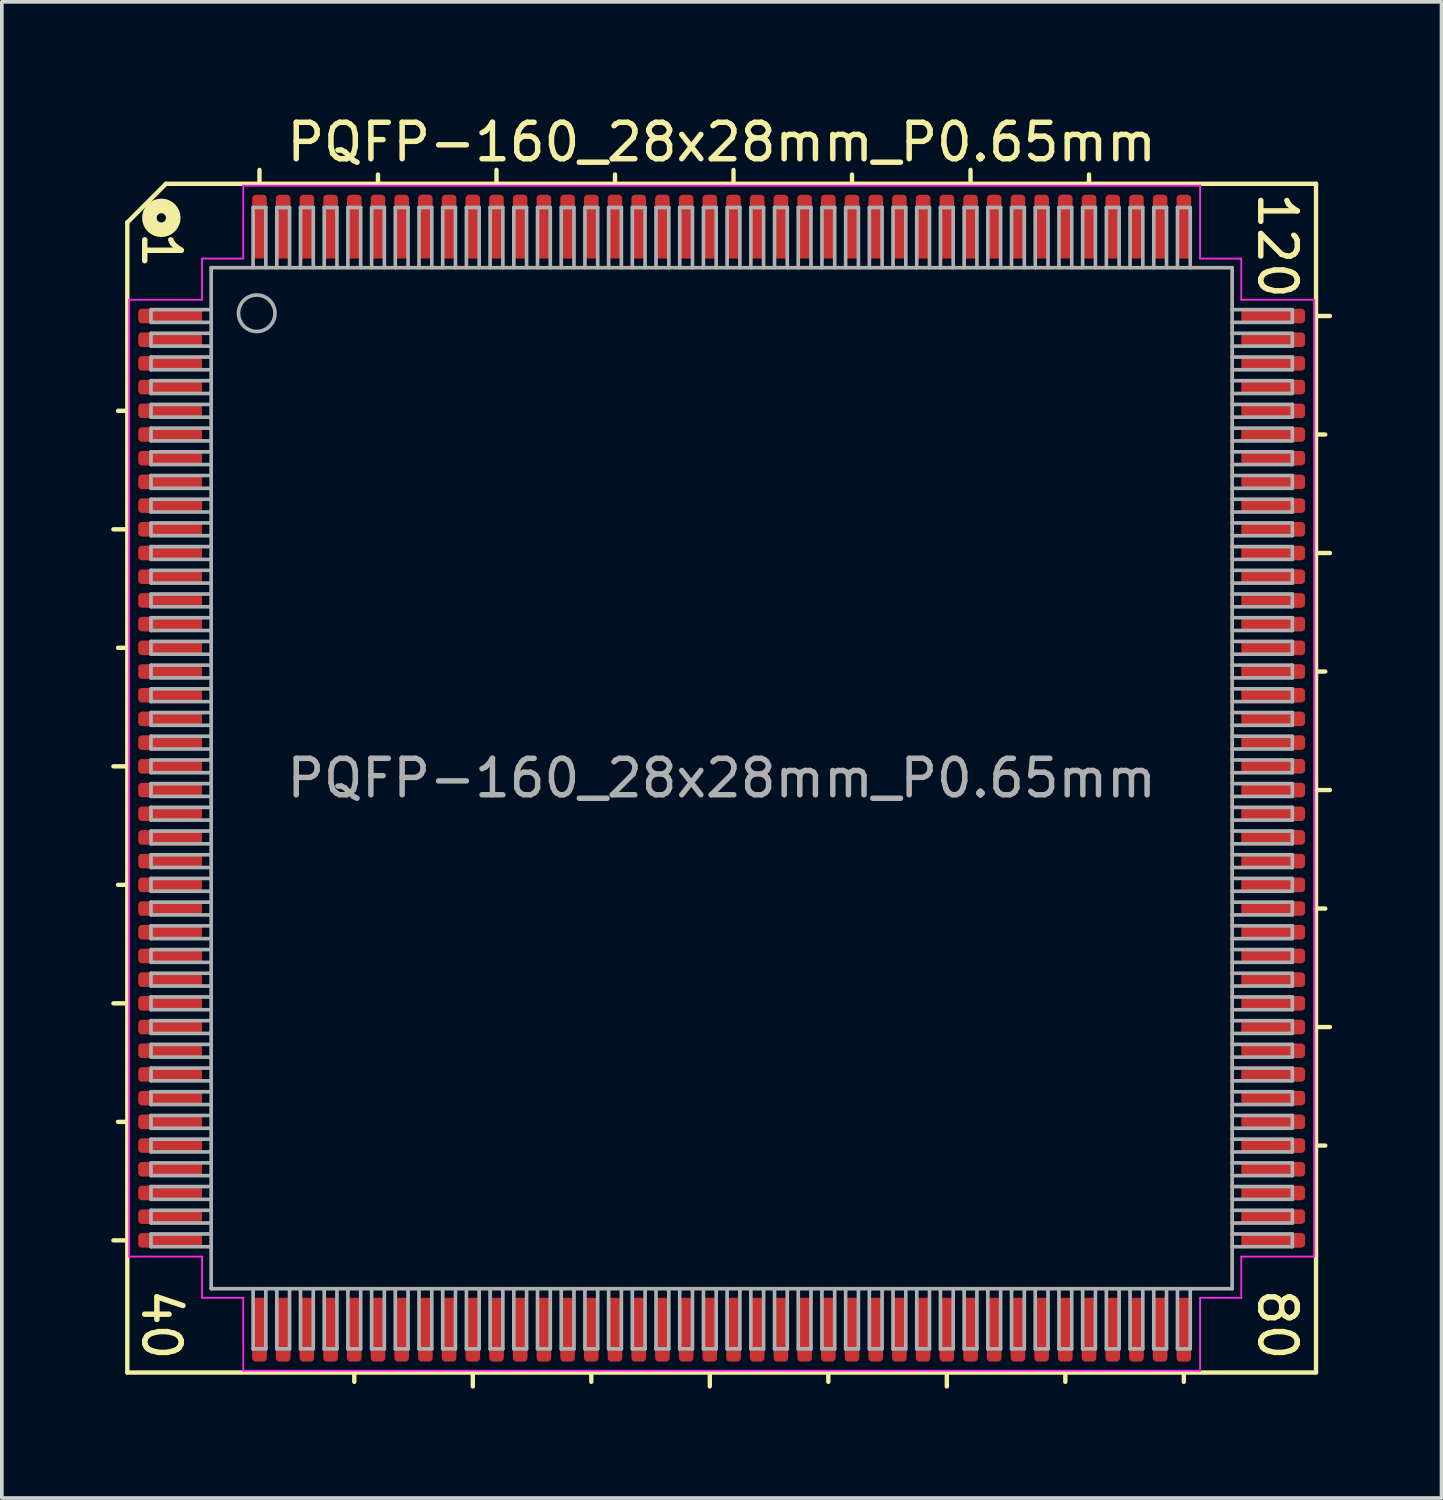
<source format=kicad_pcb>
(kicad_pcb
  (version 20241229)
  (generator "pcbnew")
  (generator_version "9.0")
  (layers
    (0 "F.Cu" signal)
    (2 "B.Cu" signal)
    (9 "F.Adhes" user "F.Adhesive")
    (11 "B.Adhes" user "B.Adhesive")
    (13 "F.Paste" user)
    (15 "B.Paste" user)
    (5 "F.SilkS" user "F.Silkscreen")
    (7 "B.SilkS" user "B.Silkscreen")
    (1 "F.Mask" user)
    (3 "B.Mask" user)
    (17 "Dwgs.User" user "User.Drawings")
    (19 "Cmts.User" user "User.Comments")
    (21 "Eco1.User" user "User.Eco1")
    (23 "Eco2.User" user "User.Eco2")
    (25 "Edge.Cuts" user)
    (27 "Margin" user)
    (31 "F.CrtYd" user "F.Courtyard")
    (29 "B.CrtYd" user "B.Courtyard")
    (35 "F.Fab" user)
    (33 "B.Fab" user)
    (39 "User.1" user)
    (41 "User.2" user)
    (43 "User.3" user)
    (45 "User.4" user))
  (footprint "PQFP-160_28x28mm_P0.65mm"
    (layer "F.Cu")
    (at 16.741 18.291)
    (property "Reference" "PQFP-160_28x28mm_P0.65mm" (at 0 -17.443 0) (layer "F.SilkS") (effects (font (size 1 1) (thickness 0.15))))
    (attr smd)
    (fp_line (start -16.3 -15.24) (end -16.3 16.3) (stroke (width 0.12) (type solid)) (layer "F.SilkS"))
    (fp_line (start -16.3 -10.075) (end -16.554 -10.075) (stroke (width 0.12) (type solid)) (layer "F.SilkS"))
    (fp_line (start -16.3 -6.825) (end -16.681 -6.825) (stroke (width 0.12) (type solid)) (layer "F.SilkS"))
    (fp_line (start -16.3 -3.575) (end -16.554 -3.575) (stroke (width 0.12) (type solid)) (layer "F.SilkS"))
    (fp_line (start -16.3 -0.325) (end -16.681 -0.325) (stroke (width 0.12) (type solid)) (layer "F.SilkS"))
    (fp_line (start -16.3 2.925) (end -16.554 2.925) (stroke (width 0.12) (type solid)) (layer "F.SilkS"))
    (fp_line (start -16.3 6.175) (end -16.681 6.175) (stroke (width 0.12) (type solid)) (layer "F.SilkS"))
    (fp_line (start -16.3 9.425) (end -16.554 9.425) (stroke (width 0.12) (type solid)) (layer "F.SilkS"))
    (fp_line (start -16.3 12.675) (end -16.681 12.675) (stroke (width 0.12) (type solid)) (layer "F.SilkS"))
    (fp_line (start -16.3 16.3) (end 16.3 16.3) (stroke (width 0.12) (type solid)) (layer "F.SilkS"))
    (fp_line (start -15.24 -16.3) (end -16.3 -15.24) (stroke (width 0.12) (type solid)) (layer "F.SilkS"))
    (fp_line (start -12.675 -16.3) (end -12.675 -16.681) (stroke (width 0.12) (type solid)) (layer "F.SilkS"))
    (fp_line (start -10.075 16.554) (end -10.075 16.3) (stroke (width 0.12) (type solid)) (layer "F.SilkS"))
    (fp_line (start -9.425 -16.3) (end -9.425 -16.554) (stroke (width 0.12) (type solid)) (layer "F.SilkS"))
    (fp_line (start -6.825 16.681) (end -6.825 16.3) (stroke (width 0.12) (type solid)) (layer "F.SilkS"))
    (fp_line (start -6.175 -16.3) (end -6.175 -16.681) (stroke (width 0.12) (type solid)) (layer "F.SilkS"))
    (fp_line (start -3.575 16.3) (end -3.575 16.554) (stroke (width 0.12) (type solid)) (layer "F.SilkS"))
    (fp_line (start -2.925 -16.3) (end -2.925 -16.554) (stroke (width 0.12) (type solid)) (layer "F.SilkS"))
    (fp_line (start -0.325 16.3) (end -0.325 16.681) (stroke (width 0.12) (type solid)) (layer "F.SilkS"))
    (fp_line (start 0.325 -16.3) (end 0.325 -16.681) (stroke (width 0.12) (type solid)) (layer "F.SilkS"))
    (fp_line (start 2.925 16.3) (end 2.925 16.554) (stroke (width 0.12) (type solid)) (layer "F.SilkS"))
    (fp_line (start 3.575 -16.3) (end 3.575 -16.554) (stroke (width 0.12) (type solid)) (layer "F.SilkS"))
    (fp_line (start 6.175 16.3) (end 6.175 16.681) (stroke (width 0.12) (type solid)) (layer "F.SilkS"))
    (fp_line (start 6.825 -16.3) (end 6.825 -16.681) (stroke (width 0.12) (type solid)) (layer "F.SilkS"))
    (fp_line (start 9.425 16.3) (end 9.425 16.554) (stroke (width 0.12) (type solid)) (layer "F.SilkS"))
    (fp_line (start 10.075 -16.3) (end 10.075 -16.554) (stroke (width 0.12) (type solid)) (layer "F.SilkS"))
    (fp_line (start 12.675 16.3) (end 12.675 16.554) (stroke (width 0.12) (type solid)) (layer "F.SilkS"))
    (fp_line (start 16.3 -16.3) (end -15.24 -16.3) (stroke (width 0.12) (type solid)) (layer "F.SilkS"))
    (fp_line (start 16.3 -12.675) (end 16.681 -12.675) (stroke (width 0.12) (type solid)) (layer "F.SilkS"))
    (fp_line (start 16.3 -9.425) (end 16.554 -9.425) (stroke (width 0.12) (type solid)) (layer "F.SilkS"))
    (fp_line (start 16.3 -6.175) (end 16.681 -6.175) (stroke (width 0.12) (type solid)) (layer "F.SilkS"))
    (fp_line (start 16.3 -2.925) (end 16.554 -2.925) (stroke (width 0.12) (type solid)) (layer "F.SilkS"))
    (fp_line (start 16.3 0.325) (end 16.681 0.325) (stroke (width 0.12) (type solid)) (layer "F.SilkS"))
    (fp_line (start 16.3 3.575) (end 16.554 3.575) (stroke (width 0.12) (type solid)) (layer "F.SilkS"))
    (fp_line (start 16.3 6.825) (end 16.681 6.825) (stroke (width 0.12) (type solid)) (layer "F.SilkS"))
    (fp_line (start 16.3 10.075) (end 16.554 10.075) (stroke (width 0.12) (type solid)) (layer "F.SilkS"))
    (fp_line (start 16.3 16.3) (end 16.3 -16.3) (stroke (width 0.12) (type solid)) (layer "F.SilkS"))
    (fp_circle (center -15.367 -15.367) (end -15.24 -15.367) (stroke (width 0.4) (type solid)) (fill no) (layer "F.SilkS"))
    (fp_line (start -16.25 -13.12) (end -16.25 0) (stroke (width 0.05) (type solid)) (layer "F.CrtYd"))
    (fp_line (start -16.25 13.12) (end -16.25 0) (stroke (width 0.05) (type solid)) (layer "F.CrtYd"))
    (fp_line (start -14.25 -14.25) (end -14.25 -13.12) (stroke (width 0.05) (type solid)) (layer "F.CrtYd"))
    (fp_line (start -14.25 -13.12) (end -16.25 -13.12) (stroke (width 0.05) (type solid)) (layer "F.CrtYd"))
    (fp_line (start -14.25 13.12) (end -16.25 13.12) (stroke (width 0.05) (type solid)) (layer "F.CrtYd"))
    (fp_line (start -14.25 14.25) (end -14.25 13.12) (stroke (width 0.05) (type solid)) (layer "F.CrtYd"))
    (fp_line (start -13.12 -16.25) (end -13.12 -14.25) (stroke (width 0.05) (type solid)) (layer "F.CrtYd"))
    (fp_line (start -13.12 -14.25) (end -14.25 -14.25) (stroke (width 0.05) (type solid)) (layer "F.CrtYd"))
    (fp_line (start -13.12 14.25) (end -14.25 14.25) (stroke (width 0.05) (type solid)) (layer "F.CrtYd"))
    (fp_line (start -13.12 16.25) (end -13.12 14.25) (stroke (width 0.05) (type solid)) (layer "F.CrtYd"))
    (fp_line (start 0 -16.25) (end -13.12 -16.25) (stroke (width 0.05) (type solid)) (layer "F.CrtYd"))
    (fp_line (start 0 -16.25) (end 13.12 -16.25) (stroke (width 0.05) (type solid)) (layer "F.CrtYd"))
    (fp_line (start 0 16.25) (end -13.12 16.25) (stroke (width 0.05) (type solid)) (layer "F.CrtYd"))
    (fp_line (start 0 16.25) (end 13.12 16.25) (stroke (width 0.05) (type solid)) (layer "F.CrtYd"))
    (fp_line (start 13.12 -16.25) (end 13.12 -14.25) (stroke (width 0.05) (type solid)) (layer "F.CrtYd"))
    (fp_line (start 13.12 -14.25) (end 14.25 -14.25) (stroke (width 0.05) (type solid)) (layer "F.CrtYd"))
    (fp_line (start 13.12 14.25) (end 14.25 14.25) (stroke (width 0.05) (type solid)) (layer "F.CrtYd"))
    (fp_line (start 13.12 16.25) (end 13.12 14.25) (stroke (width 0.05) (type solid)) (layer "F.CrtYd"))
    (fp_line (start 14.25 -14.25) (end 14.25 -13.12) (stroke (width 0.05) (type solid)) (layer "F.CrtYd"))
    (fp_line (start 14.25 -13.12) (end 16.25 -13.12) (stroke (width 0.05) (type solid)) (layer "F.CrtYd"))
    (fp_line (start 14.25 13.12) (end 16.25 13.12) (stroke (width 0.05) (type solid)) (layer "F.CrtYd"))
    (fp_line (start 14.25 14.25) (end 14.25 13.12) (stroke (width 0.05) (type solid)) (layer "F.CrtYd"))
    (fp_line (start 16.25 -13.12) (end 16.25 0) (stroke (width 0.05) (type solid)) (layer "F.CrtYd"))
    (fp_line (start 16.25 13.12) (end 16.25 0) (stroke (width 0.05) (type solid)) (layer "F.CrtYd"))
    (fp_line (start -15.65 -12.85) (end -15.65 -12.5) (stroke (width 0.1) (type solid)) (layer "F.Fab"))
    (fp_line (start -15.65 -12.85) (end -14 -12.85) (stroke (width 0.1) (type solid)) (layer "F.Fab"))
    (fp_line (start -15.65 -12.5) (end -14 -12.5) (stroke (width 0.1) (type solid)) (layer "F.Fab"))
    (fp_line (start -15.65 -12.2) (end -15.65 -11.85) (stroke (width 0.1) (type solid)) (layer "F.Fab"))
    (fp_line (start -15.65 -12.2) (end -14 -12.2) (stroke (width 0.1) (type solid)) (layer "F.Fab"))
    (fp_line (start -15.65 -11.85) (end -14 -11.85) (stroke (width 0.1) (type solid)) (layer "F.Fab"))
    (fp_line (start -15.65 -11.55) (end -15.65 -11.2) (stroke (width 0.1) (type solid)) (layer "F.Fab"))
    (fp_line (start -15.65 -11.55) (end -14 -11.55) (stroke (width 0.1) (type solid)) (layer "F.Fab"))
    (fp_line (start -15.65 -11.2) (end -14 -11.2) (stroke (width 0.1) (type solid)) (layer "F.Fab"))
    (fp_line (start -15.65 -10.9) (end -15.65 -10.55) (stroke (width 0.1) (type solid)) (layer "F.Fab"))
    (fp_line (start -15.65 -10.9) (end -14 -10.9) (stroke (width 0.1) (type solid)) (layer "F.Fab"))
    (fp_line (start -15.65 -10.55) (end -14 -10.55) (stroke (width 0.1) (type solid)) (layer "F.Fab"))
    (fp_line (start -15.65 -10.25) (end -15.65 -9.9) (stroke (width 0.1) (type solid)) (layer "F.Fab"))
    (fp_line (start -15.65 -10.25) (end -14 -10.25) (stroke (width 0.1) (type solid)) (layer "F.Fab"))
    (fp_line (start -15.65 -9.9) (end -14 -9.9) (stroke (width 0.1) (type solid)) (layer "F.Fab"))
    (fp_line (start -15.65 -9.6) (end -15.65 -9.25) (stroke (width 0.1) (type solid)) (layer "F.Fab"))
    (fp_line (start -15.65 -9.6) (end -14 -9.6) (stroke (width 0.1) (type solid)) (layer "F.Fab"))
    (fp_line (start -15.65 -9.25) (end -14 -9.25) (stroke (width 0.1) (type solid)) (layer "F.Fab"))
    (fp_line (start -15.65 -8.95) (end -15.65 -8.6) (stroke (width 0.1) (type solid)) (layer "F.Fab"))
    (fp_line (start -15.65 -8.95) (end -14 -8.95) (stroke (width 0.1) (type solid)) (layer "F.Fab"))
    (fp_line (start -15.65 -8.6) (end -14 -8.6) (stroke (width 0.1) (type solid)) (layer "F.Fab"))
    (fp_line (start -15.65 -8.3) (end -15.65 -7.95) (stroke (width 0.1) (type solid)) (layer "F.Fab"))
    (fp_line (start -15.65 -8.3) (end -14 -8.3) (stroke (width 0.1) (type solid)) (layer "F.Fab"))
    (fp_line (start -15.65 -7.95) (end -14 -7.95) (stroke (width 0.1) (type solid)) (layer "F.Fab"))
    (fp_line (start -15.65 -7.65) (end -15.65 -7.3) (stroke (width 0.1) (type solid)) (layer "F.Fab"))
    (fp_line (start -15.65 -7.65) (end -14 -7.65) (stroke (width 0.1) (type solid)) (layer "F.Fab"))
    (fp_line (start -15.65 -7.3) (end -14 -7.3) (stroke (width 0.1) (type solid)) (layer "F.Fab"))
    (fp_line (start -15.65 -7) (end -15.65 -6.65) (stroke (width 0.1) (type solid)) (layer "F.Fab"))
    (fp_line (start -15.65 -7) (end -14 -7) (stroke (width 0.1) (type solid)) (layer "F.Fab"))
    (fp_line (start -15.65 -6.65) (end -14 -6.65) (stroke (width 0.1) (type solid)) (layer "F.Fab"))
    (fp_line (start -15.65 -6.35) (end -15.65 -6) (stroke (width 0.1) (type solid)) (layer "F.Fab"))
    (fp_line (start -15.65 -6.35) (end -14 -6.35) (stroke (width 0.1) (type solid)) (layer "F.Fab"))
    (fp_line (start -15.65 -6) (end -14 -6) (stroke (width 0.1) (type solid)) (layer "F.Fab"))
    (fp_line (start -15.65 -5.7) (end -15.65 -5.35) (stroke (width 0.1) (type solid)) (layer "F.Fab"))
    (fp_line (start -15.65 -5.7) (end -14 -5.7) (stroke (width 0.1) (type solid)) (layer "F.Fab"))
    (fp_line (start -15.65 -5.35) (end -14 -5.35) (stroke (width 0.1) (type solid)) (layer "F.Fab"))
    (fp_line (start -15.65 -5.05) (end -15.65 -4.7) (stroke (width 0.1) (type solid)) (layer "F.Fab"))
    (fp_line (start -15.65 -5.05) (end -14 -5.05) (stroke (width 0.1) (type solid)) (layer "F.Fab"))
    (fp_line (start -15.65 -4.7) (end -14 -4.7) (stroke (width 0.1) (type solid)) (layer "F.Fab"))
    (fp_line (start -15.65 -4.4) (end -15.65 -4.05) (stroke (width 0.1) (type solid)) (layer "F.Fab"))
    (fp_line (start -15.65 -4.4) (end -14 -4.4) (stroke (width 0.1) (type solid)) (layer "F.Fab"))
    (fp_line (start -15.65 -4.05) (end -14 -4.05) (stroke (width 0.1) (type solid)) (layer "F.Fab"))
    (fp_line (start -15.65 -3.75) (end -15.65 -3.4) (stroke (width 0.1) (type solid)) (layer "F.Fab"))
    (fp_line (start -15.65 -3.75) (end -14 -3.75) (stroke (width 0.1) (type solid)) (layer "F.Fab"))
    (fp_line (start -15.65 -3.4) (end -14 -3.4) (stroke (width 0.1) (type solid)) (layer "F.Fab"))
    (fp_line (start -15.65 -3.1) (end -15.65 -2.75) (stroke (width 0.1) (type solid)) (layer "F.Fab"))
    (fp_line (start -15.65 -3.1) (end -14 -3.1) (stroke (width 0.1) (type solid)) (layer "F.Fab"))
    (fp_line (start -15.65 -2.75) (end -14 -2.75) (stroke (width 0.1) (type solid)) (layer "F.Fab"))
    (fp_line (start -15.65 -2.45) (end -15.65 -2.1) (stroke (width 0.1) (type solid)) (layer "F.Fab"))
    (fp_line (start -15.65 -2.45) (end -14 -2.45) (stroke (width 0.1) (type solid)) (layer "F.Fab"))
    (fp_line (start -15.65 -2.1) (end -14 -2.1) (stroke (width 0.1) (type solid)) (layer "F.Fab"))
    (fp_line (start -15.65 -1.8) (end -15.65 -1.45) (stroke (width 0.1) (type solid)) (layer "F.Fab"))
    (fp_line (start -15.65 -1.8) (end -14 -1.8) (stroke (width 0.1) (type solid)) (layer "F.Fab"))
    (fp_line (start -15.65 -1.45) (end -14 -1.45) (stroke (width 0.1) (type solid)) (layer "F.Fab"))
    (fp_line (start -15.65 -1.15) (end -15.65 -0.8) (stroke (width 0.1) (type solid)) (layer "F.Fab"))
    (fp_line (start -15.65 -1.15) (end -14 -1.15) (stroke (width 0.1) (type solid)) (layer "F.Fab"))
    (fp_line (start -15.65 -0.8) (end -14 -0.8) (stroke (width 0.1) (type solid)) (layer "F.Fab"))
    (fp_line (start -15.65 -0.5) (end -15.65 -0.15) (stroke (width 0.1) (type solid)) (layer "F.Fab"))
    (fp_line (start -15.65 -0.5) (end -14 -0.5) (stroke (width 0.1) (type solid)) (layer "F.Fab"))
    (fp_line (start -15.65 -0.15) (end -14 -0.15) (stroke (width 0.1) (type solid)) (layer "F.Fab"))
    (fp_line (start -15.65 0.15) (end -15.65 0.5) (stroke (width 0.1) (type solid)) (layer "F.Fab"))
    (fp_line (start -15.65 0.15) (end -14 0.15) (stroke (width 0.1) (type solid)) (layer "F.Fab"))
    (fp_line (start -15.65 0.5) (end -14 0.5) (stroke (width 0.1) (type solid)) (layer "F.Fab"))
    (fp_line (start -15.65 0.8) (end -15.65 1.15) (stroke (width 0.1) (type solid)) (layer "F.Fab"))
    (fp_line (start -15.65 0.8) (end -14 0.8) (stroke (width 0.1) (type solid)) (layer "F.Fab"))
    (fp_line (start -15.65 1.15) (end -14 1.15) (stroke (width 0.1) (type solid)) (layer "F.Fab"))
    (fp_line (start -15.65 1.45) (end -15.65 1.8) (stroke (width 0.1) (type solid)) (layer "F.Fab"))
    (fp_line (start -15.65 1.45) (end -14 1.45) (stroke (width 0.1) (type solid)) (layer "F.Fab"))
    (fp_line (start -15.65 1.8) (end -14 1.8) (stroke (width 0.1) (type solid)) (layer "F.Fab"))
    (fp_line (start -15.65 2.1) (end -15.65 2.45) (stroke (width 0.1) (type solid)) (layer "F.Fab"))
    (fp_line (start -15.65 2.1) (end -14 2.1) (stroke (width 0.1) (type solid)) (layer "F.Fab"))
    (fp_line (start -15.65 2.45) (end -14 2.45) (stroke (width 0.1) (type solid)) (layer "F.Fab"))
    (fp_line (start -15.65 2.75) (end -15.65 3.1) (stroke (width 0.1) (type solid)) (layer "F.Fab"))
    (fp_line (start -15.65 2.75) (end -14 2.75) (stroke (width 0.1) (type solid)) (layer "F.Fab"))
    (fp_line (start -15.65 3.1) (end -14 3.1) (stroke (width 0.1) (type solid)) (layer "F.Fab"))
    (fp_line (start -15.65 3.4) (end -15.65 3.75) (stroke (width 0.1) (type solid)) (layer "F.Fab"))
    (fp_line (start -15.65 3.4) (end -14 3.4) (stroke (width 0.1) (type solid)) (layer "F.Fab"))
    (fp_line (start -15.65 3.75) (end -14 3.75) (stroke (width 0.1) (type solid)) (layer "F.Fab"))
    (fp_line (start -15.65 4.05) (end -15.65 4.4) (stroke (width 0.1) (type solid)) (layer "F.Fab"))
    (fp_line (start -15.65 4.05) (end -14 4.05) (stroke (width 0.1) (type solid)) (layer "F.Fab"))
    (fp_line (start -15.65 4.4) (end -14 4.4) (stroke (width 0.1) (type solid)) (layer "F.Fab"))
    (fp_line (start -15.65 4.7) (end -15.65 5.05) (stroke (width 0.1) (type solid)) (layer "F.Fab"))
    (fp_line (start -15.65 4.7) (end -14 4.7) (stroke (width 0.1) (type solid)) (layer "F.Fab"))
    (fp_line (start -15.65 5.05) (end -14 5.05) (stroke (width 0.1) (type solid)) (layer "F.Fab"))
    (fp_line (start -15.65 5.35) (end -15.65 5.7) (stroke (width 0.1) (type solid)) (layer "F.Fab"))
    (fp_line (start -15.65 5.35) (end -14 5.35) (stroke (width 0.1) (type solid)) (layer "F.Fab"))
    (fp_line (start -15.65 5.7) (end -14 5.7) (stroke (width 0.1) (type solid)) (layer "F.Fab"))
    (fp_line (start -15.65 6) (end -15.65 6.35) (stroke (width 0.1) (type solid)) (layer "F.Fab"))
    (fp_line (start -15.65 6) (end -14 6) (stroke (width 0.1) (type solid)) (layer "F.Fab"))
    (fp_line (start -15.65 6.35) (end -14 6.35) (stroke (width 0.1) (type solid)) (layer "F.Fab"))
    (fp_line (start -15.65 6.65) (end -15.65 7) (stroke (width 0.1) (type solid)) (layer "F.Fab"))
    (fp_line (start -15.65 6.65) (end -14 6.65) (stroke (width 0.1) (type solid)) (layer "F.Fab"))
    (fp_line (start -15.65 7) (end -14 7) (stroke (width 0.1) (type solid)) (layer "F.Fab"))
    (fp_line (start -15.65 7.3) (end -15.65 7.65) (stroke (width 0.1) (type solid)) (layer "F.Fab"))
    (fp_line (start -15.65 7.3) (end -14 7.3) (stroke (width 0.1) (type solid)) (layer "F.Fab"))
    (fp_line (start -15.65 7.65) (end -14 7.65) (stroke (width 0.1) (type solid)) (layer "F.Fab"))
    (fp_line (start -15.65 7.95) (end -15.65 8.3) (stroke (width 0.1) (type solid)) (layer "F.Fab"))
    (fp_line (start -15.65 7.95) (end -14 7.95) (stroke (width 0.1) (type solid)) (layer "F.Fab"))
    (fp_line (start -15.65 8.3) (end -14 8.3) (stroke (width 0.1) (type solid)) (layer "F.Fab"))
    (fp_line (start -15.65 8.6) (end -15.65 8.95) (stroke (width 0.1) (type solid)) (layer "F.Fab"))
    (fp_line (start -15.65 8.6) (end -14 8.6) (stroke (width 0.1) (type solid)) (layer "F.Fab"))
    (fp_line (start -15.65 8.95) (end -14 8.95) (stroke (width 0.1) (type solid)) (layer "F.Fab"))
    (fp_line (start -15.65 9.25) (end -15.65 9.6) (stroke (width 0.1) (type solid)) (layer "F.Fab"))
    (fp_line (start -15.65 9.25) (end -14 9.25) (stroke (width 0.1) (type solid)) (layer "F.Fab"))
    (fp_line (start -15.65 9.6) (end -14 9.6) (stroke (width 0.1) (type solid)) (layer "F.Fab"))
    (fp_line (start -15.65 9.9) (end -15.65 10.25) (stroke (width 0.1) (type solid)) (layer "F.Fab"))
    (fp_line (start -15.65 9.9) (end -14 9.9) (stroke (width 0.1) (type solid)) (layer "F.Fab"))
    (fp_line (start -15.65 10.25) (end -14 10.25) (stroke (width 0.1) (type solid)) (layer "F.Fab"))
    (fp_line (start -15.65 10.55) (end -15.65 10.9) (stroke (width 0.1) (type solid)) (layer "F.Fab"))
    (fp_line (start -15.65 10.55) (end -14 10.55) (stroke (width 0.1) (type solid)) (layer "F.Fab"))
    (fp_line (start -15.65 10.9) (end -14 10.9) (stroke (width 0.1) (type solid)) (layer "F.Fab"))
    (fp_line (start -15.65 11.2) (end -15.65 11.55) (stroke (width 0.1) (type solid)) (layer "F.Fab"))
    (fp_line (start -15.65 11.2) (end -14 11.2) (stroke (width 0.1) (type solid)) (layer "F.Fab"))
    (fp_line (start -15.65 11.55) (end -14 11.55) (stroke (width 0.1) (type solid)) (layer "F.Fab"))
    (fp_line (start -15.65 11.85) (end -15.65 12.2) (stroke (width 0.1) (type solid)) (layer "F.Fab"))
    (fp_line (start -15.65 11.85) (end -14 11.85) (stroke (width 0.1) (type solid)) (layer "F.Fab"))
    (fp_line (start -15.65 12.2) (end -14 12.2) (stroke (width 0.1) (type solid)) (layer "F.Fab"))
    (fp_line (start -15.65 12.5) (end -15.65 12.85) (stroke (width 0.1) (type solid)) (layer "F.Fab"))
    (fp_line (start -15.65 12.5) (end -14 12.5) (stroke (width 0.1) (type solid)) (layer "F.Fab"))
    (fp_line (start -15.65 12.85) (end -14 12.85) (stroke (width 0.1) (type solid)) (layer "F.Fab"))
    (fp_line (start -14 -14) (end 14 -14) (stroke (width 0.1) (type solid)) (layer "F.Fab"))
    (fp_line (start -14 14) (end -14 -14) (stroke (width 0.1) (type solid)) (layer "F.Fab"))
    (fp_line (start -12.85 -15.65) (end -12.85 -14) (stroke (width 0.1) (type solid)) (layer "F.Fab"))
    (fp_line (start -12.85 15.65) (end -12.85 14) (stroke (width 0.1) (type solid)) (layer "F.Fab"))
    (fp_line (start -12.85 15.65) (end -12.5 15.65) (stroke (width 0.1) (type solid)) (layer "F.Fab"))
    (fp_line (start -12.5 -15.65) (end -12.85 -15.65) (stroke (width 0.1) (type solid)) (layer "F.Fab"))
    (fp_line (start -12.5 -15.65) (end -12.5 -14) (stroke (width 0.1) (type solid)) (layer "F.Fab"))
    (fp_line (start -12.5 15.65) (end -12.5 14) (stroke (width 0.1) (type solid)) (layer "F.Fab"))
    (fp_line (start -12.2 -15.65) (end -12.2 -14) (stroke (width 0.1) (type solid)) (layer "F.Fab"))
    (fp_line (start -12.2 15.65) (end -12.2 14) (stroke (width 0.1) (type solid)) (layer "F.Fab"))
    (fp_line (start -12.2 15.65) (end -11.85 15.65) (stroke (width 0.1) (type solid)) (layer "F.Fab"))
    (fp_line (start -11.85 -15.65) (end -12.2 -15.65) (stroke (width 0.1) (type solid)) (layer "F.Fab"))
    (fp_line (start -11.85 -15.65) (end -11.85 -14) (stroke (width 0.1) (type solid)) (layer "F.Fab"))
    (fp_line (start -11.85 15.65) (end -11.85 14) (stroke (width 0.1) (type solid)) (layer "F.Fab"))
    (fp_line (start -11.55 -15.65) (end -11.55 -14) (stroke (width 0.1) (type solid)) (layer "F.Fab"))
    (fp_line (start -11.55 15.65) (end -11.55 14) (stroke (width 0.1) (type solid)) (layer "F.Fab"))
    (fp_line (start -11.55 15.65) (end -11.2 15.65) (stroke (width 0.1) (type solid)) (layer "F.Fab"))
    (fp_line (start -11.2 -15.65) (end -11.55 -15.65) (stroke (width 0.1) (type solid)) (layer "F.Fab"))
    (fp_line (start -11.2 -15.65) (end -11.2 -14) (stroke (width 0.1) (type solid)) (layer "F.Fab"))
    (fp_line (start -11.2 15.65) (end -11.2 14) (stroke (width 0.1) (type solid)) (layer "F.Fab"))
    (fp_line (start -10.9 -15.65) (end -10.9 -14) (stroke (width 0.1) (type solid)) (layer "F.Fab"))
    (fp_line (start -10.9 15.65) (end -10.9 14) (stroke (width 0.1) (type solid)) (layer "F.Fab"))
    (fp_line (start -10.9 15.65) (end -10.55 15.65) (stroke (width 0.1) (type solid)) (layer "F.Fab"))
    (fp_line (start -10.55 -15.65) (end -10.9 -15.65) (stroke (width 0.1) (type solid)) (layer "F.Fab"))
    (fp_line (start -10.55 -15.65) (end -10.55 -14) (stroke (width 0.1) (type solid)) (layer "F.Fab"))
    (fp_line (start -10.55 15.65) (end -10.55 14) (stroke (width 0.1) (type solid)) (layer "F.Fab"))
    (fp_line (start -10.25 -15.65) (end -10.25 -14) (stroke (width 0.1) (type solid)) (layer "F.Fab"))
    (fp_line (start -10.25 15.65) (end -10.25 14) (stroke (width 0.1) (type solid)) (layer "F.Fab"))
    (fp_line (start -10.25 15.65) (end -9.9 15.65) (stroke (width 0.1) (type solid)) (layer "F.Fab"))
    (fp_line (start -9.9 -15.65) (end -10.25 -15.65) (stroke (width 0.1) (type solid)) (layer "F.Fab"))
    (fp_line (start -9.9 -15.65) (end -9.9 -14) (stroke (width 0.1) (type solid)) (layer "F.Fab"))
    (fp_line (start -9.9 15.65) (end -9.9 14) (stroke (width 0.1) (type solid)) (layer "F.Fab"))
    (fp_line (start -9.6 -15.65) (end -9.6 -14) (stroke (width 0.1) (type solid)) (layer "F.Fab"))
    (fp_line (start -9.6 15.65) (end -9.6 14) (stroke (width 0.1) (type solid)) (layer "F.Fab"))
    (fp_line (start -9.6 15.65) (end -9.25 15.65) (stroke (width 0.1) (type solid)) (layer "F.Fab"))
    (fp_line (start -9.25 -15.65) (end -9.6 -15.65) (stroke (width 0.1) (type solid)) (layer "F.Fab"))
    (fp_line (start -9.25 -15.65) (end -9.25 -14) (stroke (width 0.1) (type solid)) (layer "F.Fab"))
    (fp_line (start -9.25 15.65) (end -9.25 14) (stroke (width 0.1) (type solid)) (layer "F.Fab"))
    (fp_line (start -8.95 -15.65) (end -8.95 -14) (stroke (width 0.1) (type solid)) (layer "F.Fab"))
    (fp_line (start -8.95 15.65) (end -8.95 14) (stroke (width 0.1) (type solid)) (layer "F.Fab"))
    (fp_line (start -8.95 15.65) (end -8.6 15.65) (stroke (width 0.1) (type solid)) (layer "F.Fab"))
    (fp_line (start -8.6 -15.65) (end -8.95 -15.65) (stroke (width 0.1) (type solid)) (layer "F.Fab"))
    (fp_line (start -8.6 -15.65) (end -8.6 -14) (stroke (width 0.1) (type solid)) (layer "F.Fab"))
    (fp_line (start -8.6 15.65) (end -8.6 14) (stroke (width 0.1) (type solid)) (layer "F.Fab"))
    (fp_line (start -8.3 -15.65) (end -8.3 -14) (stroke (width 0.1) (type solid)) (layer "F.Fab"))
    (fp_line (start -8.3 15.65) (end -8.3 14) (stroke (width 0.1) (type solid)) (layer "F.Fab"))
    (fp_line (start -8.3 15.65) (end -7.95 15.65) (stroke (width 0.1) (type solid)) (layer "F.Fab"))
    (fp_line (start -7.95 -15.65) (end -8.3 -15.65) (stroke (width 0.1) (type solid)) (layer "F.Fab"))
    (fp_line (start -7.95 -15.65) (end -7.95 -14) (stroke (width 0.1) (type solid)) (layer "F.Fab"))
    (fp_line (start -7.95 15.65) (end -7.95 14) (stroke (width 0.1) (type solid)) (layer "F.Fab"))
    (fp_line (start -7.65 -15.65) (end -7.65 -14) (stroke (width 0.1) (type solid)) (layer "F.Fab"))
    (fp_line (start -7.65 15.65) (end -7.65 14) (stroke (width 0.1) (type solid)) (layer "F.Fab"))
    (fp_line (start -7.65 15.65) (end -7.3 15.65) (stroke (width 0.1) (type solid)) (layer "F.Fab"))
    (fp_line (start -7.3 -15.65) (end -7.65 -15.65) (stroke (width 0.1) (type solid)) (layer "F.Fab"))
    (fp_line (start -7.3 -15.65) (end -7.3 -14) (stroke (width 0.1) (type solid)) (layer "F.Fab"))
    (fp_line (start -7.3 15.65) (end -7.3 14) (stroke (width 0.1) (type solid)) (layer "F.Fab"))
    (fp_line (start -7 -15.65) (end -7 -14) (stroke (width 0.1) (type solid)) (layer "F.Fab"))
    (fp_line (start -7 15.65) (end -7 14) (stroke (width 0.1) (type solid)) (layer "F.Fab"))
    (fp_line (start -7 15.65) (end -6.65 15.65) (stroke (width 0.1) (type solid)) (layer "F.Fab"))
    (fp_line (start -6.65 -15.65) (end -7 -15.65) (stroke (width 0.1) (type solid)) (layer "F.Fab"))
    (fp_line (start -6.65 -15.65) (end -6.65 -14) (stroke (width 0.1) (type solid)) (layer "F.Fab"))
    (fp_line (start -6.65 15.65) (end -6.65 14) (stroke (width 0.1) (type solid)) (layer "F.Fab"))
    (fp_line (start -6.35 -15.65) (end -6.35 -14) (stroke (width 0.1) (type solid)) (layer "F.Fab"))
    (fp_line (start -6.35 15.65) (end -6.35 14) (stroke (width 0.1) (type solid)) (layer "F.Fab"))
    (fp_line (start -6.35 15.65) (end -6 15.65) (stroke (width 0.1) (type solid)) (layer "F.Fab"))
    (fp_line (start -6 -15.65) (end -6.35 -15.65) (stroke (width 0.1) (type solid)) (layer "F.Fab"))
    (fp_line (start -6 -15.65) (end -6 -14) (stroke (width 0.1) (type solid)) (layer "F.Fab"))
    (fp_line (start -6 15.65) (end -6 14) (stroke (width 0.1) (type solid)) (layer "F.Fab"))
    (fp_line (start -5.7 -15.65) (end -5.7 -14) (stroke (width 0.1) (type solid)) (layer "F.Fab"))
    (fp_line (start -5.7 15.65) (end -5.7 14) (stroke (width 0.1) (type solid)) (layer "F.Fab"))
    (fp_line (start -5.7 15.65) (end -5.35 15.65) (stroke (width 0.1) (type solid)) (layer "F.Fab"))
    (fp_line (start -5.35 -15.65) (end -5.7 -15.65) (stroke (width 0.1) (type solid)) (layer "F.Fab"))
    (fp_line (start -5.35 -15.65) (end -5.35 -14) (stroke (width 0.1) (type solid)) (layer "F.Fab"))
    (fp_line (start -5.35 15.65) (end -5.35 14) (stroke (width 0.1) (type solid)) (layer "F.Fab"))
    (fp_line (start -5.05 -15.65) (end -5.05 -14) (stroke (width 0.1) (type solid)) (layer "F.Fab"))
    (fp_line (start -5.05 15.65) (end -5.05 14) (stroke (width 0.1) (type solid)) (layer "F.Fab"))
    (fp_line (start -5.05 15.65) (end -4.7 15.65) (stroke (width 0.1) (type solid)) (layer "F.Fab"))
    (fp_line (start -4.7 -15.65) (end -5.05 -15.65) (stroke (width 0.1) (type solid)) (layer "F.Fab"))
    (fp_line (start -4.7 -15.65) (end -4.7 -14) (stroke (width 0.1) (type solid)) (layer "F.Fab"))
    (fp_line (start -4.7 15.65) (end -4.7 14) (stroke (width 0.1) (type solid)) (layer "F.Fab"))
    (fp_line (start -4.4 -15.65) (end -4.4 -14) (stroke (width 0.1) (type solid)) (layer "F.Fab"))
    (fp_line (start -4.4 15.65) (end -4.4 14) (stroke (width 0.1) (type solid)) (layer "F.Fab"))
    (fp_line (start -4.4 15.65) (end -4.05 15.65) (stroke (width 0.1) (type solid)) (layer "F.Fab"))
    (fp_line (start -4.05 -15.65) (end -4.4 -15.65) (stroke (width 0.1) (type solid)) (layer "F.Fab"))
    (fp_line (start -4.05 -15.65) (end -4.05 -14) (stroke (width 0.1) (type solid)) (layer "F.Fab"))
    (fp_line (start -4.05 15.65) (end -4.05 14) (stroke (width 0.1) (type solid)) (layer "F.Fab"))
    (fp_line (start -3.75 -15.65) (end -3.75 -14) (stroke (width 0.1) (type solid)) (layer "F.Fab"))
    (fp_line (start -3.75 15.65) (end -3.75 14) (stroke (width 0.1) (type solid)) (layer "F.Fab"))
    (fp_line (start -3.75 15.65) (end -3.4 15.65) (stroke (width 0.1) (type solid)) (layer "F.Fab"))
    (fp_line (start -3.4 -15.65) (end -3.75 -15.65) (stroke (width 0.1) (type solid)) (layer "F.Fab"))
    (fp_line (start -3.4 -15.65) (end -3.4 -14) (stroke (width 0.1) (type solid)) (layer "F.Fab"))
    (fp_line (start -3.4 15.65) (end -3.4 14) (stroke (width 0.1) (type solid)) (layer "F.Fab"))
    (fp_line (start -3.1 -15.65) (end -3.1 -14) (stroke (width 0.1) (type solid)) (layer "F.Fab"))
    (fp_line (start -3.1 15.65) (end -3.1 14) (stroke (width 0.1) (type solid)) (layer "F.Fab"))
    (fp_line (start -3.1 15.65) (end -2.75 15.65) (stroke (width 0.1) (type solid)) (layer "F.Fab"))
    (fp_line (start -2.75 -15.65) (end -3.1 -15.65) (stroke (width 0.1) (type solid)) (layer "F.Fab"))
    (fp_line (start -2.75 -15.65) (end -2.75 -14) (stroke (width 0.1) (type solid)) (layer "F.Fab"))
    (fp_line (start -2.75 15.65) (end -2.75 14) (stroke (width 0.1) (type solid)) (layer "F.Fab"))
    (fp_line (start -2.45 -15.65) (end -2.45 -14) (stroke (width 0.1) (type solid)) (layer "F.Fab"))
    (fp_line (start -2.45 15.65) (end -2.45 14) (stroke (width 0.1) (type solid)) (layer "F.Fab"))
    (fp_line (start -2.45 15.65) (end -2.1 15.65) (stroke (width 0.1) (type solid)) (layer "F.Fab"))
    (fp_line (start -2.1 -15.65) (end -2.45 -15.65) (stroke (width 0.1) (type solid)) (layer "F.Fab"))
    (fp_line (start -2.1 -15.65) (end -2.1 -14) (stroke (width 0.1) (type solid)) (layer "F.Fab"))
    (fp_line (start -2.1 15.65) (end -2.1 14) (stroke (width 0.1) (type solid)) (layer "F.Fab"))
    (fp_line (start -1.8 -15.65) (end -1.8 -14) (stroke (width 0.1) (type solid)) (layer "F.Fab"))
    (fp_line (start -1.8 15.65) (end -1.8 14) (stroke (width 0.1) (type solid)) (layer "F.Fab"))
    (fp_line (start -1.8 15.65) (end -1.45 15.65) (stroke (width 0.1) (type solid)) (layer "F.Fab"))
    (fp_line (start -1.45 -15.65) (end -1.8 -15.65) (stroke (width 0.1) (type solid)) (layer "F.Fab"))
    (fp_line (start -1.45 -15.65) (end -1.45 -14) (stroke (width 0.1) (type solid)) (layer "F.Fab"))
    (fp_line (start -1.45 15.65) (end -1.45 14) (stroke (width 0.1) (type solid)) (layer "F.Fab"))
    (fp_line (start -1.15 -15.65) (end -1.15 -14) (stroke (width 0.1) (type solid)) (layer "F.Fab"))
    (fp_line (start -1.15 15.65) (end -1.15 14) (stroke (width 0.1) (type solid)) (layer "F.Fab"))
    (fp_line (start -1.15 15.65) (end -0.8 15.65) (stroke (width 0.1) (type solid)) (layer "F.Fab"))
    (fp_line (start -0.8 -15.65) (end -1.15 -15.65) (stroke (width 0.1) (type solid)) (layer "F.Fab"))
    (fp_line (start -0.8 -15.65) (end -0.8 -14) (stroke (width 0.1) (type solid)) (layer "F.Fab"))
    (fp_line (start -0.8 15.65) (end -0.8 14) (stroke (width 0.1) (type solid)) (layer "F.Fab"))
    (fp_line (start -0.5 -15.65) (end -0.5 -14) (stroke (width 0.1) (type solid)) (layer "F.Fab"))
    (fp_line (start -0.5 15.65) (end -0.5 14) (stroke (width 0.1) (type solid)) (layer "F.Fab"))
    (fp_line (start -0.5 15.65) (end -0.15 15.65) (stroke (width 0.1) (type solid)) (layer "F.Fab"))
    (fp_line (start -0.15 -15.65) (end -0.5 -15.65) (stroke (width 0.1) (type solid)) (layer "F.Fab"))
    (fp_line (start -0.15 -15.65) (end -0.15 -14) (stroke (width 0.1) (type solid)) (layer "F.Fab"))
    (fp_line (start -0.15 15.65) (end -0.15 14) (stroke (width 0.1) (type solid)) (layer "F.Fab"))
    (fp_line (start 0.15 -15.65) (end 0.15 -14) (stroke (width 0.1) (type solid)) (layer "F.Fab"))
    (fp_line (start 0.15 15.65) (end 0.15 14) (stroke (width 0.1) (type solid)) (layer "F.Fab"))
    (fp_line (start 0.15 15.65) (end 0.5 15.65) (stroke (width 0.1) (type solid)) (layer "F.Fab"))
    (fp_line (start 0.5 -15.65) (end 0.15 -15.65) (stroke (width 0.1) (type solid)) (layer "F.Fab"))
    (fp_line (start 0.5 -15.65) (end 0.5 -14) (stroke (width 0.1) (type solid)) (layer "F.Fab"))
    (fp_line (start 0.5 15.65) (end 0.5 14) (stroke (width 0.1) (type solid)) (layer "F.Fab"))
    (fp_line (start 0.8 -15.65) (end 0.8 -14) (stroke (width 0.1) (type solid)) (layer "F.Fab"))
    (fp_line (start 0.8 15.65) (end 0.8 14) (stroke (width 0.1) (type solid)) (layer "F.Fab"))
    (fp_line (start 0.8 15.65) (end 1.15 15.65) (stroke (width 0.1) (type solid)) (layer "F.Fab"))
    (fp_line (start 1.15 -15.65) (end 0.8 -15.65) (stroke (width 0.1) (type solid)) (layer "F.Fab"))
    (fp_line (start 1.15 -15.65) (end 1.15 -14) (stroke (width 0.1) (type solid)) (layer "F.Fab"))
    (fp_line (start 1.15 15.65) (end 1.15 14) (stroke (width 0.1) (type solid)) (layer "F.Fab"))
    (fp_line (start 1.45 -15.65) (end 1.45 -14) (stroke (width 0.1) (type solid)) (layer "F.Fab"))
    (fp_line (start 1.45 15.65) (end 1.45 14) (stroke (width 0.1) (type solid)) (layer "F.Fab"))
    (fp_line (start 1.45 15.65) (end 1.8 15.65) (stroke (width 0.1) (type solid)) (layer "F.Fab"))
    (fp_line (start 1.8 -15.65) (end 1.45 -15.65) (stroke (width 0.1) (type solid)) (layer "F.Fab"))
    (fp_line (start 1.8 -15.65) (end 1.8 -14) (stroke (width 0.1) (type solid)) (layer "F.Fab"))
    (fp_line (start 1.8 15.65) (end 1.8 14) (stroke (width 0.1) (type solid)) (layer "F.Fab"))
    (fp_line (start 2.1 -15.65) (end 2.1 -14) (stroke (width 0.1) (type solid)) (layer "F.Fab"))
    (fp_line (start 2.1 15.65) (end 2.1 14) (stroke (width 0.1) (type solid)) (layer "F.Fab"))
    (fp_line (start 2.1 15.65) (end 2.45 15.65) (stroke (width 0.1) (type solid)) (layer "F.Fab"))
    (fp_line (start 2.45 -15.65) (end 2.1 -15.65) (stroke (width 0.1) (type solid)) (layer "F.Fab"))
    (fp_line (start 2.45 -15.65) (end 2.45 -14) (stroke (width 0.1) (type solid)) (layer "F.Fab"))
    (fp_line (start 2.45 15.65) (end 2.45 14) (stroke (width 0.1) (type solid)) (layer "F.Fab"))
    (fp_line (start 2.75 -15.65) (end 2.75 -14) (stroke (width 0.1) (type solid)) (layer "F.Fab"))
    (fp_line (start 2.75 15.65) (end 2.75 14) (stroke (width 0.1) (type solid)) (layer "F.Fab"))
    (fp_line (start 2.75 15.65) (end 3.1 15.65) (stroke (width 0.1) (type solid)) (layer "F.Fab"))
    (fp_line (start 3.1 -15.65) (end 2.75 -15.65) (stroke (width 0.1) (type solid)) (layer "F.Fab"))
    (fp_line (start 3.1 -15.65) (end 3.1 -14) (stroke (width 0.1) (type solid)) (layer "F.Fab"))
    (fp_line (start 3.1 15.65) (end 3.1 14) (stroke (width 0.1) (type solid)) (layer "F.Fab"))
    (fp_line (start 3.4 -15.65) (end 3.4 -14) (stroke (width 0.1) (type solid)) (layer "F.Fab"))
    (fp_line (start 3.4 15.65) (end 3.4 14) (stroke (width 0.1) (type solid)) (layer "F.Fab"))
    (fp_line (start 3.4 15.65) (end 3.75 15.65) (stroke (width 0.1) (type solid)) (layer "F.Fab"))
    (fp_line (start 3.75 -15.65) (end 3.4 -15.65) (stroke (width 0.1) (type solid)) (layer "F.Fab"))
    (fp_line (start 3.75 -15.65) (end 3.75 -14) (stroke (width 0.1) (type solid)) (layer "F.Fab"))
    (fp_line (start 3.75 15.65) (end 3.75 14) (stroke (width 0.1) (type solid)) (layer "F.Fab"))
    (fp_line (start 4.05 -15.65) (end 4.05 -14) (stroke (width 0.1) (type solid)) (layer "F.Fab"))
    (fp_line (start 4.05 15.65) (end 4.05 14) (stroke (width 0.1) (type solid)) (layer "F.Fab"))
    (fp_line (start 4.05 15.65) (end 4.4 15.65) (stroke (width 0.1) (type solid)) (layer "F.Fab"))
    (fp_line (start 4.4 -15.65) (end 4.05 -15.65) (stroke (width 0.1) (type solid)) (layer "F.Fab"))
    (fp_line (start 4.4 -15.65) (end 4.4 -14) (stroke (width 0.1) (type solid)) (layer "F.Fab"))
    (fp_line (start 4.4 15.65) (end 4.4 14) (stroke (width 0.1) (type solid)) (layer "F.Fab"))
    (fp_line (start 4.7 -15.65) (end 4.7 -14) (stroke (width 0.1) (type solid)) (layer "F.Fab"))
    (fp_line (start 4.7 15.65) (end 4.7 14) (stroke (width 0.1) (type solid)) (layer "F.Fab"))
    (fp_line (start 4.7 15.65) (end 5.05 15.65) (stroke (width 0.1) (type solid)) (layer "F.Fab"))
    (fp_line (start 5.05 -15.65) (end 4.7 -15.65) (stroke (width 0.1) (type solid)) (layer "F.Fab"))
    (fp_line (start 5.05 -15.65) (end 5.05 -14) (stroke (width 0.1) (type solid)) (layer "F.Fab"))
    (fp_line (start 5.05 15.65) (end 5.05 14) (stroke (width 0.1) (type solid)) (layer "F.Fab"))
    (fp_line (start 5.35 -15.65) (end 5.35 -14) (stroke (width 0.1) (type solid)) (layer "F.Fab"))
    (fp_line (start 5.35 15.65) (end 5.35 14) (stroke (width 0.1) (type solid)) (layer "F.Fab"))
    (fp_line (start 5.35 15.65) (end 5.7 15.65) (stroke (width 0.1) (type solid)) (layer "F.Fab"))
    (fp_line (start 5.7 -15.65) (end 5.35 -15.65) (stroke (width 0.1) (type solid)) (layer "F.Fab"))
    (fp_line (start 5.7 -15.65) (end 5.7 -14) (stroke (width 0.1) (type solid)) (layer "F.Fab"))
    (fp_line (start 5.7 15.65) (end 5.7 14) (stroke (width 0.1) (type solid)) (layer "F.Fab"))
    (fp_line (start 6 -15.65) (end 6 -14) (stroke (width 0.1) (type solid)) (layer "F.Fab"))
    (fp_line (start 6 15.65) (end 6 14) (stroke (width 0.1) (type solid)) (layer "F.Fab"))
    (fp_line (start 6 15.65) (end 6.35 15.65) (stroke (width 0.1) (type solid)) (layer "F.Fab"))
    (fp_line (start 6.35 -15.65) (end 6 -15.65) (stroke (width 0.1) (type solid)) (layer "F.Fab"))
    (fp_line (start 6.35 -15.65) (end 6.35 -14) (stroke (width 0.1) (type solid)) (layer "F.Fab"))
    (fp_line (start 6.35 15.65) (end 6.35 14) (stroke (width 0.1) (type solid)) (layer "F.Fab"))
    (fp_line (start 6.65 -15.65) (end 6.65 -14) (stroke (width 0.1) (type solid)) (layer "F.Fab"))
    (fp_line (start 6.65 15.65) (end 6.65 14) (stroke (width 0.1) (type solid)) (layer "F.Fab"))
    (fp_line (start 6.65 15.65) (end 7 15.65) (stroke (width 0.1) (type solid)) (layer "F.Fab"))
    (fp_line (start 7 -15.65) (end 6.65 -15.65) (stroke (width 0.1) (type solid)) (layer "F.Fab"))
    (fp_line (start 7 -15.65) (end 7 -14) (stroke (width 0.1) (type solid)) (layer "F.Fab"))
    (fp_line (start 7 15.65) (end 7 14) (stroke (width 0.1) (type solid)) (layer "F.Fab"))
    (fp_line (start 7.3 -15.65) (end 7.3 -14) (stroke (width 0.1) (type solid)) (layer "F.Fab"))
    (fp_line (start 7.3 15.65) (end 7.3 14) (stroke (width 0.1) (type solid)) (layer "F.Fab"))
    (fp_line (start 7.3 15.65) (end 7.65 15.65) (stroke (width 0.1) (type solid)) (layer "F.Fab"))
    (fp_line (start 7.65 -15.65) (end 7.3 -15.65) (stroke (width 0.1) (type solid)) (layer "F.Fab"))
    (fp_line (start 7.65 -15.65) (end 7.65 -14) (stroke (width 0.1) (type solid)) (layer "F.Fab"))
    (fp_line (start 7.65 15.65) (end 7.65 14) (stroke (width 0.1) (type solid)) (layer "F.Fab"))
    (fp_line (start 7.95 -15.65) (end 7.95 -14) (stroke (width 0.1) (type solid)) (layer "F.Fab"))
    (fp_line (start 7.95 15.65) (end 7.95 14) (stroke (width 0.1) (type solid)) (layer "F.Fab"))
    (fp_line (start 7.95 15.65) (end 8.3 15.65) (stroke (width 0.1) (type solid)) (layer "F.Fab"))
    (fp_line (start 8.3 -15.65) (end 7.95 -15.65) (stroke (width 0.1) (type solid)) (layer "F.Fab"))
    (fp_line (start 8.3 -15.65) (end 8.3 -14) (stroke (width 0.1) (type solid)) (layer "F.Fab"))
    (fp_line (start 8.3 15.65) (end 8.3 14) (stroke (width 0.1) (type solid)) (layer "F.Fab"))
    (fp_line (start 8.6 -15.65) (end 8.6 -14) (stroke (width 0.1) (type solid)) (layer "F.Fab"))
    (fp_line (start 8.6 15.65) (end 8.6 14) (stroke (width 0.1) (type solid)) (layer "F.Fab"))
    (fp_line (start 8.6 15.65) (end 8.95 15.65) (stroke (width 0.1) (type solid)) (layer "F.Fab"))
    (fp_line (start 8.95 -15.65) (end 8.6 -15.65) (stroke (width 0.1) (type solid)) (layer "F.Fab"))
    (fp_line (start 8.95 -15.65) (end 8.95 -14) (stroke (width 0.1) (type solid)) (layer "F.Fab"))
    (fp_line (start 8.95 15.65) (end 8.95 14) (stroke (width 0.1) (type solid)) (layer "F.Fab"))
    (fp_line (start 9.25 -15.65) (end 9.25 -14) (stroke (width 0.1) (type solid)) (layer "F.Fab"))
    (fp_line (start 9.25 15.65) (end 9.25 14) (stroke (width 0.1) (type solid)) (layer "F.Fab"))
    (fp_line (start 9.25 15.65) (end 9.6 15.65) (stroke (width 0.1) (type solid)) (layer "F.Fab"))
    (fp_line (start 9.6 -15.65) (end 9.25 -15.65) (stroke (width 0.1) (type solid)) (layer "F.Fab"))
    (fp_line (start 9.6 -15.65) (end 9.6 -14) (stroke (width 0.1) (type solid)) (layer "F.Fab"))
    (fp_line (start 9.6 15.65) (end 9.6 14) (stroke (width 0.1) (type solid)) (layer "F.Fab"))
    (fp_line (start 9.9 -15.65) (end 9.9 -14) (stroke (width 0.1) (type solid)) (layer "F.Fab"))
    (fp_line (start 9.9 15.65) (end 9.9 14) (stroke (width 0.1) (type solid)) (layer "F.Fab"))
    (fp_line (start 9.9 15.65) (end 10.25 15.65) (stroke (width 0.1) (type solid)) (layer "F.Fab"))
    (fp_line (start 10.25 -15.65) (end 9.9 -15.65) (stroke (width 0.1) (type solid)) (layer "F.Fab"))
    (fp_line (start 10.25 -15.65) (end 10.25 -14) (stroke (width 0.1) (type solid)) (layer "F.Fab"))
    (fp_line (start 10.25 15.65) (end 10.25 14) (stroke (width 0.1) (type solid)) (layer "F.Fab"))
    (fp_line (start 10.55 -15.65) (end 10.55 -14) (stroke (width 0.1) (type solid)) (layer "F.Fab"))
    (fp_line (start 10.55 15.65) (end 10.55 14) (stroke (width 0.1) (type solid)) (layer "F.Fab"))
    (fp_line (start 10.55 15.65) (end 10.9 15.65) (stroke (width 0.1) (type solid)) (layer "F.Fab"))
    (fp_line (start 10.9 -15.65) (end 10.55 -15.65) (stroke (width 0.1) (type solid)) (layer "F.Fab"))
    (fp_line (start 10.9 -15.65) (end 10.9 -14) (stroke (width 0.1) (type solid)) (layer "F.Fab"))
    (fp_line (start 10.9 15.65) (end 10.9 14) (stroke (width 0.1) (type solid)) (layer "F.Fab"))
    (fp_line (start 11.2 -15.65) (end 11.2 -14) (stroke (width 0.1) (type solid)) (layer "F.Fab"))
    (fp_line (start 11.2 15.65) (end 11.2 14) (stroke (width 0.1) (type solid)) (layer "F.Fab"))
    (fp_line (start 11.2 15.65) (end 11.55 15.65) (stroke (width 0.1) (type solid)) (layer "F.Fab"))
    (fp_line (start 11.55 -15.65) (end 11.2 -15.65) (stroke (width 0.1) (type solid)) (layer "F.Fab"))
    (fp_line (start 11.55 -15.65) (end 11.55 -14) (stroke (width 0.1) (type solid)) (layer "F.Fab"))
    (fp_line (start 11.55 15.65) (end 11.55 14) (stroke (width 0.1) (type solid)) (layer "F.Fab"))
    (fp_line (start 11.85 -15.65) (end 11.85 -14) (stroke (width 0.1) (type solid)) (layer "F.Fab"))
    (fp_line (start 11.85 15.65) (end 11.85 14) (stroke (width 0.1) (type solid)) (layer "F.Fab"))
    (fp_line (start 11.85 15.65) (end 12.2 15.65) (stroke (width 0.1) (type solid)) (layer "F.Fab"))
    (fp_line (start 12.2 -15.65) (end 11.85 -15.65) (stroke (width 0.1) (type solid)) (layer "F.Fab"))
    (fp_line (start 12.2 -15.65) (end 12.2 -14) (stroke (width 0.1) (type solid)) (layer "F.Fab"))
    (fp_line (start 12.2 15.65) (end 12.2 14) (stroke (width 0.1) (type solid)) (layer "F.Fab"))
    (fp_line (start 12.5 -15.65) (end 12.5 -14) (stroke (width 0.1) (type solid)) (layer "F.Fab"))
    (fp_line (start 12.5 15.65) (end 12.5 14) (stroke (width 0.1) (type solid)) (layer "F.Fab"))
    (fp_line (start 12.5 15.65) (end 12.85 15.65) (stroke (width 0.1) (type solid)) (layer "F.Fab"))
    (fp_line (start 12.85 -15.65) (end 12.5 -15.65) (stroke (width 0.1) (type solid)) (layer "F.Fab"))
    (fp_line (start 12.85 -15.65) (end 12.85 -14) (stroke (width 0.1) (type solid)) (layer "F.Fab"))
    (fp_line (start 12.85 15.65) (end 12.85 14) (stroke (width 0.1) (type solid)) (layer "F.Fab"))
    (fp_line (start 14 -14) (end 14 14) (stroke (width 0.1) (type solid)) (layer "F.Fab"))
    (fp_line (start 14 14) (end -14 14) (stroke (width 0.1) (type solid)) (layer "F.Fab"))
    (fp_line (start 15.65 -12.85) (end 14 -12.85) (stroke (width 0.1) (type solid)) (layer "F.Fab"))
    (fp_line (start 15.65 -12.5) (end 14 -12.5) (stroke (width 0.1) (type solid)) (layer "F.Fab"))
    (fp_line (start 15.65 -12.5) (end 15.65 -12.85) (stroke (width 0.1) (type solid)) (layer "F.Fab"))
    (fp_line (start 15.65 -12.2) (end 14 -12.2) (stroke (width 0.1) (type solid)) (layer "F.Fab"))
    (fp_line (start 15.65 -11.85) (end 14 -11.85) (stroke (width 0.1) (type solid)) (layer "F.Fab"))
    (fp_line (start 15.65 -11.85) (end 15.65 -12.2) (stroke (width 0.1) (type solid)) (layer "F.Fab"))
    (fp_line (start 15.65 -11.55) (end 14 -11.55) (stroke (width 0.1) (type solid)) (layer "F.Fab"))
    (fp_line (start 15.65 -11.2) (end 14 -11.2) (stroke (width 0.1) (type solid)) (layer "F.Fab"))
    (fp_line (start 15.65 -11.2) (end 15.65 -11.55) (stroke (width 0.1) (type solid)) (layer "F.Fab"))
    (fp_line (start 15.65 -10.9) (end 14 -10.9) (stroke (width 0.1) (type solid)) (layer "F.Fab"))
    (fp_line (start 15.65 -10.55) (end 14 -10.55) (stroke (width 0.1) (type solid)) (layer "F.Fab"))
    (fp_line (start 15.65 -10.55) (end 15.65 -10.9) (stroke (width 0.1) (type solid)) (layer "F.Fab"))
    (fp_line (start 15.65 -10.25) (end 14 -10.25) (stroke (width 0.1) (type solid)) (layer "F.Fab"))
    (fp_line (start 15.65 -9.9) (end 14 -9.9) (stroke (width 0.1) (type solid)) (layer "F.Fab"))
    (fp_line (start 15.65 -9.9) (end 15.65 -10.25) (stroke (width 0.1) (type solid)) (layer "F.Fab"))
    (fp_line (start 15.65 -9.6) (end 14 -9.6) (stroke (width 0.1) (type solid)) (layer "F.Fab"))
    (fp_line (start 15.65 -9.25) (end 14 -9.25) (stroke (width 0.1) (type solid)) (layer "F.Fab"))
    (fp_line (start 15.65 -9.25) (end 15.65 -9.6) (stroke (width 0.1) (type solid)) (layer "F.Fab"))
    (fp_line (start 15.65 -8.95) (end 14 -8.95) (stroke (width 0.1) (type solid)) (layer "F.Fab"))
    (fp_line (start 15.65 -8.6) (end 14 -8.6) (stroke (width 0.1) (type solid)) (layer "F.Fab"))
    (fp_line (start 15.65 -8.6) (end 15.65 -8.95) (stroke (width 0.1) (type solid)) (layer "F.Fab"))
    (fp_line (start 15.65 -8.3) (end 14 -8.3) (stroke (width 0.1) (type solid)) (layer "F.Fab"))
    (fp_line (start 15.65 -7.95) (end 14 -7.95) (stroke (width 0.1) (type solid)) (layer "F.Fab"))
    (fp_line (start 15.65 -7.95) (end 15.65 -8.3) (stroke (width 0.1) (type solid)) (layer "F.Fab"))
    (fp_line (start 15.65 -7.65) (end 14 -7.65) (stroke (width 0.1) (type solid)) (layer "F.Fab"))
    (fp_line (start 15.65 -7.3) (end 14 -7.3) (stroke (width 0.1) (type solid)) (layer "F.Fab"))
    (fp_line (start 15.65 -7.3) (end 15.65 -7.65) (stroke (width 0.1) (type solid)) (layer "F.Fab"))
    (fp_line (start 15.65 -7) (end 14 -7) (stroke (width 0.1) (type solid)) (layer "F.Fab"))
    (fp_line (start 15.65 -6.65) (end 14 -6.65) (stroke (width 0.1) (type solid)) (layer "F.Fab"))
    (fp_line (start 15.65 -6.65) (end 15.65 -7) (stroke (width 0.1) (type solid)) (layer "F.Fab"))
    (fp_line (start 15.65 -6.35) (end 14 -6.35) (stroke (width 0.1) (type solid)) (layer "F.Fab"))
    (fp_line (start 15.65 -6) (end 14 -6) (stroke (width 0.1) (type solid)) (layer "F.Fab"))
    (fp_line (start 15.65 -6) (end 15.65 -6.35) (stroke (width 0.1) (type solid)) (layer "F.Fab"))
    (fp_line (start 15.65 -5.7) (end 14 -5.7) (stroke (width 0.1) (type solid)) (layer "F.Fab"))
    (fp_line (start 15.65 -5.35) (end 14 -5.35) (stroke (width 0.1) (type solid)) (layer "F.Fab"))
    (fp_line (start 15.65 -5.35) (end 15.65 -5.7) (stroke (width 0.1) (type solid)) (layer "F.Fab"))
    (fp_line (start 15.65 -5.05) (end 14 -5.05) (stroke (width 0.1) (type solid)) (layer "F.Fab"))
    (fp_line (start 15.65 -4.7) (end 14 -4.7) (stroke (width 0.1) (type solid)) (layer "F.Fab"))
    (fp_line (start 15.65 -4.7) (end 15.65 -5.05) (stroke (width 0.1) (type solid)) (layer "F.Fab"))
    (fp_line (start 15.65 -4.4) (end 14 -4.4) (stroke (width 0.1) (type solid)) (layer "F.Fab"))
    (fp_line (start 15.65 -4.05) (end 14 -4.05) (stroke (width 0.1) (type solid)) (layer "F.Fab"))
    (fp_line (start 15.65 -4.05) (end 15.65 -4.4) (stroke (width 0.1) (type solid)) (layer "F.Fab"))
    (fp_line (start 15.65 -3.75) (end 14 -3.75) (stroke (width 0.1) (type solid)) (layer "F.Fab"))
    (fp_line (start 15.65 -3.4) (end 14 -3.4) (stroke (width 0.1) (type solid)) (layer "F.Fab"))
    (fp_line (start 15.65 -3.4) (end 15.65 -3.75) (stroke (width 0.1) (type solid)) (layer "F.Fab"))
    (fp_line (start 15.65 -3.1) (end 14 -3.1) (stroke (width 0.1) (type solid)) (layer "F.Fab"))
    (fp_line (start 15.65 -2.75) (end 14 -2.75) (stroke (width 0.1) (type solid)) (layer "F.Fab"))
    (fp_line (start 15.65 -2.75) (end 15.65 -3.1) (stroke (width 0.1) (type solid)) (layer "F.Fab"))
    (fp_line (start 15.65 -2.45) (end 14 -2.45) (stroke (width 0.1) (type solid)) (layer "F.Fab"))
    (fp_line (start 15.65 -2.1) (end 14 -2.1) (stroke (width 0.1) (type solid)) (layer "F.Fab"))
    (fp_line (start 15.65 -2.1) (end 15.65 -2.45) (stroke (width 0.1) (type solid)) (layer "F.Fab"))
    (fp_line (start 15.65 -1.8) (end 14 -1.8) (stroke (width 0.1) (type solid)) (layer "F.Fab"))
    (fp_line (start 15.65 -1.45) (end 14 -1.45) (stroke (width 0.1) (type solid)) (layer "F.Fab"))
    (fp_line (start 15.65 -1.45) (end 15.65 -1.8) (stroke (width 0.1) (type solid)) (layer "F.Fab"))
    (fp_line (start 15.65 -1.15) (end 14 -1.15) (stroke (width 0.1) (type solid)) (layer "F.Fab"))
    (fp_line (start 15.65 -0.8) (end 14 -0.8) (stroke (width 0.1) (type solid)) (layer "F.Fab"))
    (fp_line (start 15.65 -0.8) (end 15.65 -1.15) (stroke (width 0.1) (type solid)) (layer "F.Fab"))
    (fp_line (start 15.65 -0.5) (end 14 -0.5) (stroke (width 0.1) (type solid)) (layer "F.Fab"))
    (fp_line (start 15.65 -0.15) (end 14 -0.15) (stroke (width 0.1) (type solid)) (layer "F.Fab"))
    (fp_line (start 15.65 -0.15) (end 15.65 -0.5) (stroke (width 0.1) (type solid)) (layer "F.Fab"))
    (fp_line (start 15.65 0.15) (end 14 0.15) (stroke (width 0.1) (type solid)) (layer "F.Fab"))
    (fp_line (start 15.65 0.5) (end 14 0.5) (stroke (width 0.1) (type solid)) (layer "F.Fab"))
    (fp_line (start 15.65 0.5) (end 15.65 0.15) (stroke (width 0.1) (type solid)) (layer "F.Fab"))
    (fp_line (start 15.65 0.8) (end 14 0.8) (stroke (width 0.1) (type solid)) (layer "F.Fab"))
    (fp_line (start 15.65 1.15) (end 14 1.15) (stroke (width 0.1) (type solid)) (layer "F.Fab"))
    (fp_line (start 15.65 1.15) (end 15.65 0.8) (stroke (width 0.1) (type solid)) (layer "F.Fab"))
    (fp_line (start 15.65 1.45) (end 14 1.45) (stroke (width 0.1) (type solid)) (layer "F.Fab"))
    (fp_line (start 15.65 1.8) (end 14 1.8) (stroke (width 0.1) (type solid)) (layer "F.Fab"))
    (fp_line (start 15.65 1.8) (end 15.65 1.45) (stroke (width 0.1) (type solid)) (layer "F.Fab"))
    (fp_line (start 15.65 2.1) (end 14 2.1) (stroke (width 0.1) (type solid)) (layer "F.Fab"))
    (fp_line (start 15.65 2.45) (end 14 2.45) (stroke (width 0.1) (type solid)) (layer "F.Fab"))
    (fp_line (start 15.65 2.45) (end 15.65 2.1) (stroke (width 0.1) (type solid)) (layer "F.Fab"))
    (fp_line (start 15.65 2.75) (end 14 2.75) (stroke (width 0.1) (type solid)) (layer "F.Fab"))
    (fp_line (start 15.65 3.1) (end 14 3.1) (stroke (width 0.1) (type solid)) (layer "F.Fab"))
    (fp_line (start 15.65 3.1) (end 15.65 2.75) (stroke (width 0.1) (type solid)) (layer "F.Fab"))
    (fp_line (start 15.65 3.4) (end 14 3.4) (stroke (width 0.1) (type solid)) (layer "F.Fab"))
    (fp_line (start 15.65 3.75) (end 14 3.75) (stroke (width 0.1) (type solid)) (layer "F.Fab"))
    (fp_line (start 15.65 3.75) (end 15.65 3.4) (stroke (width 0.1) (type solid)) (layer "F.Fab"))
    (fp_line (start 15.65 4.05) (end 14 4.05) (stroke (width 0.1) (type solid)) (layer "F.Fab"))
    (fp_line (start 15.65 4.4) (end 14 4.4) (stroke (width 0.1) (type solid)) (layer "F.Fab"))
    (fp_line (start 15.65 4.4) (end 15.65 4.05) (stroke (width 0.1) (type solid)) (layer "F.Fab"))
    (fp_line (start 15.65 4.7) (end 14 4.7) (stroke (width 0.1) (type solid)) (layer "F.Fab"))
    (fp_line (start 15.65 5.05) (end 14 5.05) (stroke (width 0.1) (type solid)) (layer "F.Fab"))
    (fp_line (start 15.65 5.05) (end 15.65 4.7) (stroke (width 0.1) (type solid)) (layer "F.Fab"))
    (fp_line (start 15.65 5.35) (end 14 5.35) (stroke (width 0.1) (type solid)) (layer "F.Fab"))
    (fp_line (start 15.65 5.7) (end 14 5.7) (stroke (width 0.1) (type solid)) (layer "F.Fab"))
    (fp_line (start 15.65 5.7) (end 15.65 5.35) (stroke (width 0.1) (type solid)) (layer "F.Fab"))
    (fp_line (start 15.65 6) (end 14 6) (stroke (width 0.1) (type solid)) (layer "F.Fab"))
    (fp_line (start 15.65 6.35) (end 14 6.35) (stroke (width 0.1) (type solid)) (layer "F.Fab"))
    (fp_line (start 15.65 6.35) (end 15.65 6) (stroke (width 0.1) (type solid)) (layer "F.Fab"))
    (fp_line (start 15.65 6.65) (end 14 6.65) (stroke (width 0.1) (type solid)) (layer "F.Fab"))
    (fp_line (start 15.65 7) (end 14 7) (stroke (width 0.1) (type solid)) (layer "F.Fab"))
    (fp_line (start 15.65 7) (end 15.65 6.65) (stroke (width 0.1) (type solid)) (layer "F.Fab"))
    (fp_line (start 15.65 7.3) (end 14 7.3) (stroke (width 0.1) (type solid)) (layer "F.Fab"))
    (fp_line (start 15.65 7.65) (end 14 7.65) (stroke (width 0.1) (type solid)) (layer "F.Fab"))
    (fp_line (start 15.65 7.65) (end 15.65 7.3) (stroke (width 0.1) (type solid)) (layer "F.Fab"))
    (fp_line (start 15.65 7.95) (end 14 7.95) (stroke (width 0.1) (type solid)) (layer "F.Fab"))
    (fp_line (start 15.65 8.3) (end 14 8.3) (stroke (width 0.1) (type solid)) (layer "F.Fab"))
    (fp_line (start 15.65 8.3) (end 15.65 7.95) (stroke (width 0.1) (type solid)) (layer "F.Fab"))
    (fp_line (start 15.65 8.6) (end 14 8.6) (stroke (width 0.1) (type solid)) (layer "F.Fab"))
    (fp_line (start 15.65 8.95) (end 14 8.95) (stroke (width 0.1) (type solid)) (layer "F.Fab"))
    (fp_line (start 15.65 8.95) (end 15.65 8.6) (stroke (width 0.1) (type solid)) (layer "F.Fab"))
    (fp_line (start 15.65 9.25) (end 14 9.25) (stroke (width 0.1) (type solid)) (layer "F.Fab"))
    (fp_line (start 15.65 9.6) (end 14 9.6) (stroke (width 0.1) (type solid)) (layer "F.Fab"))
    (fp_line (start 15.65 9.6) (end 15.65 9.25) (stroke (width 0.1) (type solid)) (layer "F.Fab"))
    (fp_line (start 15.65 9.9) (end 14 9.9) (stroke (width 0.1) (type solid)) (layer "F.Fab"))
    (fp_line (start 15.65 10.25) (end 14 10.25) (stroke (width 0.1) (type solid)) (layer "F.Fab"))
    (fp_line (start 15.65 10.25) (end 15.65 9.9) (stroke (width 0.1) (type solid)) (layer "F.Fab"))
    (fp_line (start 15.65 10.55) (end 14 10.55) (stroke (width 0.1) (type solid)) (layer "F.Fab"))
    (fp_line (start 15.65 10.9) (end 14 10.9) (stroke (width 0.1) (type solid)) (layer "F.Fab"))
    (fp_line (start 15.65 10.9) (end 15.65 10.55) (stroke (width 0.1) (type solid)) (layer "F.Fab"))
    (fp_line (start 15.65 11.2) (end 14 11.2) (stroke (width 0.1) (type solid)) (layer "F.Fab"))
    (fp_line (start 15.65 11.55) (end 14 11.55) (stroke (width 0.1) (type solid)) (layer "F.Fab"))
    (fp_line (start 15.65 11.55) (end 15.65 11.2) (stroke (width 0.1) (type solid)) (layer "F.Fab"))
    (fp_line (start 15.65 11.85) (end 14 11.85) (stroke (width 0.1) (type solid)) (layer "F.Fab"))
    (fp_line (start 15.65 12.2) (end 14 12.2) (stroke (width 0.1) (type solid)) (layer "F.Fab"))
    (fp_line (start 15.65 12.2) (end 15.65 11.85) (stroke (width 0.1) (type solid)) (layer "F.Fab"))
    (fp_line (start 15.65 12.5) (end 14 12.5) (stroke (width 0.1) (type solid)) (layer "F.Fab"))
    (fp_line (start 15.65 12.85) (end 14 12.85) (stroke (width 0.1) (type solid)) (layer "F.Fab"))
    (fp_line (start 15.65 12.85) (end 15.65 12.5) (stroke (width 0.1) (type solid)) (layer "F.Fab"))
    (fp_circle (center -12.75 -12.75) (end -12.25 -12.75) (stroke (width 0.1) (type solid)) (fill no) (layer "F.Fab"))
    (fp_text user "80" (at 15.24 14.986 270) (unlocked yes) (layer "F.SilkS") (effects (font (size 1 1) (thickness 0.15))))
    (fp_text user "1" (at -15.367 -14.478 270) (unlocked yes) (layer "F.SilkS") (effects (font (size 1 1) (thickness 0.15))))
    (fp_text user "120" (at 15.24 -14.605 270) (unlocked yes) (layer "F.SilkS") (effects (font (size 1 1) (thickness 0.15))))
    (fp_text user "40" (at -15.367 14.986 270) (unlocked yes) (layer "F.SilkS") (effects (font (size 1 1) (thickness 0.15))))
    (fp_text user "${REFERENCE}" (at 0 0 0) (layer "F.Fab") (effects (font (size 1 1) (thickness 0.15))))
    (pad "1" smd roundrect (at -15.125 -12.675) (size 1.75 0.4) (layers "F.Cu" "F.Mask" "F.Paste") (roundrect_rratio 0.25))
    (pad "2" smd roundrect (at -15.125 -12.025) (size 1.75 0.4) (layers "F.Cu" "F.Mask" "F.Paste") (roundrect_rratio 0.25))
    (pad "3" smd roundrect (at -15.125 -11.375) (size 1.75 0.4) (layers "F.Cu" "F.Mask" "F.Paste") (roundrect_rratio 0.25))
    (pad "4" smd roundrect (at -15.125 -10.725) (size 1.75 0.4) (layers "F.Cu" "F.Mask" "F.Paste") (roundrect_rratio 0.25))
    (pad "5" smd roundrect (at -15.125 -10.075) (size 1.75 0.4) (layers "F.Cu" "F.Mask" "F.Paste") (roundrect_rratio 0.25))
    (pad "6" smd roundrect (at -15.125 -9.425) (size 1.75 0.4) (layers "F.Cu" "F.Mask" "F.Paste") (roundrect_rratio 0.25))
    (pad "7" smd roundrect (at -15.125 -8.775) (size 1.75 0.4) (layers "F.Cu" "F.Mask" "F.Paste") (roundrect_rratio 0.25))
    (pad "8" smd roundrect (at -15.125 -8.125) (size 1.75 0.4) (layers "F.Cu" "F.Mask" "F.Paste") (roundrect_rratio 0.25))
    (pad "9" smd roundrect (at -15.125 -7.475) (size 1.75 0.4) (layers "F.Cu" "F.Mask" "F.Paste") (roundrect_rratio 0.25))
    (pad "10" smd roundrect (at -15.125 -6.825) (size 1.75 0.4) (layers "F.Cu" "F.Mask" "F.Paste") (roundrect_rratio 0.25))
    (pad "11" smd roundrect (at -15.125 -6.175) (size 1.75 0.4) (layers "F.Cu" "F.Mask" "F.Paste") (roundrect_rratio 0.25))
    (pad "12" smd roundrect (at -15.125 -5.525) (size 1.75 0.4) (layers "F.Cu" "F.Mask" "F.Paste") (roundrect_rratio 0.25))
    (pad "13" smd roundrect (at -15.125 -4.875) (size 1.75 0.4) (layers "F.Cu" "F.Mask" "F.Paste") (roundrect_rratio 0.25))
    (pad "14" smd roundrect (at -15.125 -4.225) (size 1.75 0.4) (layers "F.Cu" "F.Mask" "F.Paste") (roundrect_rratio 0.25))
    (pad "15" smd roundrect (at -15.125 -3.575) (size 1.75 0.4) (layers "F.Cu" "F.Mask" "F.Paste") (roundrect_rratio 0.25))
    (pad "16" smd roundrect (at -15.125 -2.925) (size 1.75 0.4) (layers "F.Cu" "F.Mask" "F.Paste") (roundrect_rratio 0.25))
    (pad "17" smd roundrect (at -15.125 -2.275) (size 1.75 0.4) (layers "F.Cu" "F.Mask" "F.Paste") (roundrect_rratio 0.25))
    (pad "18" smd roundrect (at -15.125 -1.625) (size 1.75 0.4) (layers "F.Cu" "F.Mask" "F.Paste") (roundrect_rratio 0.25))
    (pad "19" smd roundrect (at -15.125 -0.975) (size 1.75 0.4) (layers "F.Cu" "F.Mask" "F.Paste") (roundrect_rratio 0.25))
    (pad "20" smd roundrect (at -15.125 -0.325) (size 1.75 0.4) (layers "F.Cu" "F.Mask" "F.Paste") (roundrect_rratio 0.25))
    (pad "21" smd roundrect (at -15.125 0.325) (size 1.75 0.4) (layers "F.Cu" "F.Mask" "F.Paste") (roundrect_rratio 0.25))
    (pad "22" smd roundrect (at -15.125 0.975) (size 1.75 0.4) (layers "F.Cu" "F.Mask" "F.Paste") (roundrect_rratio 0.25))
    (pad "23" smd roundrect (at -15.125 1.625) (size 1.75 0.4) (layers "F.Cu" "F.Mask" "F.Paste") (roundrect_rratio 0.25))
    (pad "24" smd roundrect (at -15.125 2.275) (size 1.75 0.4) (layers "F.Cu" "F.Mask" "F.Paste") (roundrect_rratio 0.25))
    (pad "25" smd roundrect (at -15.125 2.925) (size 1.75 0.4) (layers "F.Cu" "F.Mask" "F.Paste") (roundrect_rratio 0.25))
    (pad "26" smd roundrect (at -15.125 3.575) (size 1.75 0.4) (layers "F.Cu" "F.Mask" "F.Paste") (roundrect_rratio 0.25))
    (pad "27" smd roundrect (at -15.125 4.225) (size 1.75 0.4) (layers "F.Cu" "F.Mask" "F.Paste") (roundrect_rratio 0.25))
    (pad "28" smd roundrect (at -15.125 4.875) (size 1.75 0.4) (layers "F.Cu" "F.Mask" "F.Paste") (roundrect_rratio 0.25))
    (pad "29" smd roundrect (at -15.125 5.525) (size 1.75 0.4) (layers "F.Cu" "F.Mask" "F.Paste") (roundrect_rratio 0.25))
    (pad "30" smd roundrect (at -15.125 6.175) (size 1.75 0.4) (layers "F.Cu" "F.Mask" "F.Paste") (roundrect_rratio 0.25))
    (pad "31" smd roundrect (at -15.125 6.825) (size 1.75 0.4) (layers "F.Cu" "F.Mask" "F.Paste") (roundrect_rratio 0.25))
    (pad "32" smd roundrect (at -15.125 7.475) (size 1.75 0.4) (layers "F.Cu" "F.Mask" "F.Paste") (roundrect_rratio 0.25))
    (pad "33" smd roundrect (at -15.125 8.125) (size 1.75 0.4) (layers "F.Cu" "F.Mask" "F.Paste") (roundrect_rratio 0.25))
    (pad "34" smd roundrect (at -15.125 8.775) (size 1.75 0.4) (layers "F.Cu" "F.Mask" "F.Paste") (roundrect_rratio 0.25))
    (pad "35" smd roundrect (at -15.125 9.425) (size 1.75 0.4) (layers "F.Cu" "F.Mask" "F.Paste") (roundrect_rratio 0.25))
    (pad "36" smd roundrect (at -15.125 10.075) (size 1.75 0.4) (layers "F.Cu" "F.Mask" "F.Paste") (roundrect_rratio 0.25))
    (pad "37" smd roundrect (at -15.125 10.725) (size 1.75 0.4) (layers "F.Cu" "F.Mask" "F.Paste") (roundrect_rratio 0.25))
    (pad "38" smd roundrect (at -15.125 11.375) (size 1.75 0.4) (layers "F.Cu" "F.Mask" "F.Paste") (roundrect_rratio 0.25))
    (pad "39" smd roundrect (at -15.125 12.025) (size 1.75 0.4) (layers "F.Cu" "F.Mask" "F.Paste") (roundrect_rratio 0.25))
    (pad "40" smd roundrect (at -15.125 12.675) (size 1.75 0.4) (layers "F.Cu" "F.Mask" "F.Paste") (roundrect_rratio 0.25))
    (pad "41" smd roundrect (at -12.675 15.125) (size 0.4 1.75) (layers "F.Cu" "F.Mask" "F.Paste") (roundrect_rratio 0.25))
    (pad "42" smd roundrect (at -12.025 15.125) (size 0.4 1.75) (layers "F.Cu" "F.Mask" "F.Paste") (roundrect_rratio 0.25))
    (pad "43" smd roundrect (at -11.375 15.125) (size 0.4 1.75) (layers "F.Cu" "F.Mask" "F.Paste") (roundrect_rratio 0.25))
    (pad "44" smd roundrect (at -10.725 15.125) (size 0.4 1.75) (layers "F.Cu" "F.Mask" "F.Paste") (roundrect_rratio 0.25))
    (pad "45" smd roundrect (at -10.075 15.125) (size 0.4 1.75) (layers "F.Cu" "F.Mask" "F.Paste") (roundrect_rratio 0.25))
    (pad "46" smd roundrect (at -9.425 15.125) (size 0.4 1.75) (layers "F.Cu" "F.Mask" "F.Paste") (roundrect_rratio 0.25))
    (pad "47" smd roundrect (at -8.775 15.125) (size 0.4 1.75) (layers "F.Cu" "F.Mask" "F.Paste") (roundrect_rratio 0.25))
    (pad "48" smd roundrect (at -8.125 15.125) (size 0.4 1.75) (layers "F.Cu" "F.Mask" "F.Paste") (roundrect_rratio 0.25))
    (pad "49" smd roundrect (at -7.475 15.125) (size 0.4 1.75) (layers "F.Cu" "F.Mask" "F.Paste") (roundrect_rratio 0.25))
    (pad "50" smd roundrect (at -6.825 15.125) (size 0.4 1.75) (layers "F.Cu" "F.Mask" "F.Paste") (roundrect_rratio 0.25))
    (pad "51" smd roundrect (at -6.175 15.125) (size 0.4 1.75) (layers "F.Cu" "F.Mask" "F.Paste") (roundrect_rratio 0.25))
    (pad "52" smd roundrect (at -5.525 15.125) (size 0.4 1.75) (layers "F.Cu" "F.Mask" "F.Paste") (roundrect_rratio 0.25))
    (pad "53" smd roundrect (at -4.875 15.125) (size 0.4 1.75) (layers "F.Cu" "F.Mask" "F.Paste") (roundrect_rratio 0.25))
    (pad "54" smd roundrect (at -4.225 15.125) (size 0.4 1.75) (layers "F.Cu" "F.Mask" "F.Paste") (roundrect_rratio 0.25))
    (pad "55" smd roundrect (at -3.575 15.125) (size 0.4 1.75) (layers "F.Cu" "F.Mask" "F.Paste") (roundrect_rratio 0.25))
    (pad "56" smd roundrect (at -2.925 15.125) (size 0.4 1.75) (layers "F.Cu" "F.Mask" "F.Paste") (roundrect_rratio 0.25))
    (pad "57" smd roundrect (at -2.275 15.125) (size 0.4 1.75) (layers "F.Cu" "F.Mask" "F.Paste") (roundrect_rratio 0.25))
    (pad "58" smd roundrect (at -1.625 15.125) (size 0.4 1.75) (layers "F.Cu" "F.Mask" "F.Paste") (roundrect_rratio 0.25))
    (pad "59" smd roundrect (at -0.975 15.125) (size 0.4 1.75) (layers "F.Cu" "F.Mask" "F.Paste") (roundrect_rratio 0.25))
    (pad "60" smd roundrect (at -0.325 15.125) (size 0.4 1.75) (layers "F.Cu" "F.Mask" "F.Paste") (roundrect_rratio 0.25))
    (pad "61" smd roundrect (at 0.325 15.125) (size 0.4 1.75) (layers "F.Cu" "F.Mask" "F.Paste") (roundrect_rratio 0.25))
    (pad "62" smd roundrect (at 0.975 15.125) (size 0.4 1.75) (layers "F.Cu" "F.Mask" "F.Paste") (roundrect_rratio 0.25))
    (pad "63" smd roundrect (at 1.625 15.125) (size 0.4 1.75) (layers "F.Cu" "F.Mask" "F.Paste") (roundrect_rratio 0.25))
    (pad "64" smd roundrect (at 2.275 15.125) (size 0.4 1.75) (layers "F.Cu" "F.Mask" "F.Paste") (roundrect_rratio 0.25))
    (pad "65" smd roundrect (at 2.925 15.125) (size 0.4 1.75) (layers "F.Cu" "F.Mask" "F.Paste") (roundrect_rratio 0.25))
    (pad "66" smd roundrect (at 3.575 15.125) (size 0.4 1.75) (layers "F.Cu" "F.Mask" "F.Paste") (roundrect_rratio 0.25))
    (pad "67" smd roundrect (at 4.225 15.125) (size 0.4 1.75) (layers "F.Cu" "F.Mask" "F.Paste") (roundrect_rratio 0.25))
    (pad "68" smd roundrect (at 4.875 15.125) (size 0.4 1.75) (layers "F.Cu" "F.Mask" "F.Paste") (roundrect_rratio 0.25))
    (pad "69" smd roundrect (at 5.525 15.125) (size 0.4 1.75) (layers "F.Cu" "F.Mask" "F.Paste") (roundrect_rratio 0.25))
    (pad "70" smd roundrect (at 6.175 15.125) (size 0.4 1.75) (layers "F.Cu" "F.Mask" "F.Paste") (roundrect_rratio 0.25))
    (pad "71" smd roundrect (at 6.825 15.125) (size 0.4 1.75) (layers "F.Cu" "F.Mask" "F.Paste") (roundrect_rratio 0.25))
    (pad "72" smd roundrect (at 7.475 15.125) (size 0.4 1.75) (layers "F.Cu" "F.Mask" "F.Paste") (roundrect_rratio 0.25))
    (pad "73" smd roundrect (at 8.125 15.125) (size 0.4 1.75) (layers "F.Cu" "F.Mask" "F.Paste") (roundrect_rratio 0.25))
    (pad "74" smd roundrect (at 8.775 15.125) (size 0.4 1.75) (layers "F.Cu" "F.Mask" "F.Paste") (roundrect_rratio 0.25))
    (pad "75" smd roundrect (at 9.425 15.125) (size 0.4 1.75) (layers "F.Cu" "F.Mask" "F.Paste") (roundrect_rratio 0.25))
    (pad "76" smd roundrect (at 10.075 15.125) (size 0.4 1.75) (layers "F.Cu" "F.Mask" "F.Paste") (roundrect_rratio 0.25))
    (pad "77" smd roundrect (at 10.725 15.125) (size 0.4 1.75) (layers "F.Cu" "F.Mask" "F.Paste") (roundrect_rratio 0.25))
    (pad "78" smd roundrect (at 11.375 15.125) (size 0.4 1.75) (layers "F.Cu" "F.Mask" "F.Paste") (roundrect_rratio 0.25))
    (pad "79" smd roundrect (at 12.025 15.125) (size 0.4 1.75) (layers "F.Cu" "F.Mask" "F.Paste") (roundrect_rratio 0.25))
    (pad "80" smd roundrect (at 12.675 15.125) (size 0.4 1.75) (layers "F.Cu" "F.Mask" "F.Paste") (roundrect_rratio 0.25))
    (pad "81" smd roundrect (at 15.125 12.675) (size 1.75 0.4) (layers "F.Cu" "F.Mask" "F.Paste") (roundrect_rratio 0.25))
    (pad "82" smd roundrect (at 15.125 12.025) (size 1.75 0.4) (layers "F.Cu" "F.Mask" "F.Paste") (roundrect_rratio 0.25))
    (pad "83" smd roundrect (at 15.125 11.375) (size 1.75 0.4) (layers "F.Cu" "F.Mask" "F.Paste") (roundrect_rratio 0.25))
    (pad "84" smd roundrect (at 15.125 10.725) (size 1.75 0.4) (layers "F.Cu" "F.Mask" "F.Paste") (roundrect_rratio 0.25))
    (pad "85" smd roundrect (at 15.125 10.075) (size 1.75 0.4) (layers "F.Cu" "F.Mask" "F.Paste") (roundrect_rratio 0.25))
    (pad "86" smd roundrect (at 15.125 9.425) (size 1.75 0.4) (layers "F.Cu" "F.Mask" "F.Paste") (roundrect_rratio 0.25))
    (pad "87" smd roundrect (at 15.125 8.775) (size 1.75 0.4) (layers "F.Cu" "F.Mask" "F.Paste") (roundrect_rratio 0.25))
    (pad "88" smd roundrect (at 15.125 8.125) (size 1.75 0.4) (layers "F.Cu" "F.Mask" "F.Paste") (roundrect_rratio 0.25))
    (pad "89" smd roundrect (at 15.125 7.475) (size 1.75 0.4) (layers "F.Cu" "F.Mask" "F.Paste") (roundrect_rratio 0.25))
    (pad "90" smd roundrect (at 15.125 6.825) (size 1.75 0.4) (layers "F.Cu" "F.Mask" "F.Paste") (roundrect_rratio 0.25))
    (pad "91" smd roundrect (at 15.125 6.175) (size 1.75 0.4) (layers "F.Cu" "F.Mask" "F.Paste") (roundrect_rratio 0.25))
    (pad "92" smd roundrect (at 15.125 5.525) (size 1.75 0.4) (layers "F.Cu" "F.Mask" "F.Paste") (roundrect_rratio 0.25))
    (pad "93" smd roundrect (at 15.125 4.875) (size 1.75 0.4) (layers "F.Cu" "F.Mask" "F.Paste") (roundrect_rratio 0.25))
    (pad "94" smd roundrect (at 15.125 4.225) (size 1.75 0.4) (layers "F.Cu" "F.Mask" "F.Paste") (roundrect_rratio 0.25))
    (pad "95" smd roundrect (at 15.125 3.575) (size 1.75 0.4) (layers "F.Cu" "F.Mask" "F.Paste") (roundrect_rratio 0.25))
    (pad "96" smd roundrect (at 15.125 2.925) (size 1.75 0.4) (layers "F.Cu" "F.Mask" "F.Paste") (roundrect_rratio 0.25))
    (pad "97" smd roundrect (at 15.125 2.275) (size 1.75 0.4) (layers "F.Cu" "F.Mask" "F.Paste") (roundrect_rratio 0.25))
    (pad "98" smd roundrect (at 15.125 1.625) (size 1.75 0.4) (layers "F.Cu" "F.Mask" "F.Paste") (roundrect_rratio 0.25))
    (pad "99" smd roundrect (at 15.125 0.975) (size 1.75 0.4) (layers "F.Cu" "F.Mask" "F.Paste") (roundrect_rratio 0.25))
    (pad "100" smd roundrect (at 15.125 0.325) (size 1.75 0.4) (layers "F.Cu" "F.Mask" "F.Paste") (roundrect_rratio 0.25))
    (pad "101" smd roundrect (at 15.125 -0.325) (size 1.75 0.4) (layers "F.Cu" "F.Mask" "F.Paste") (roundrect_rratio 0.25))
    (pad "102" smd roundrect (at 15.125 -0.975) (size 1.75 0.4) (layers "F.Cu" "F.Mask" "F.Paste") (roundrect_rratio 0.25))
    (pad "103" smd roundrect (at 15.125 -1.625) (size 1.75 0.4) (layers "F.Cu" "F.Mask" "F.Paste") (roundrect_rratio 0.25))
    (pad "104" smd roundrect (at 15.125 -2.275) (size 1.75 0.4) (layers "F.Cu" "F.Mask" "F.Paste") (roundrect_rratio 0.25))
    (pad "105" smd roundrect (at 15.125 -2.925) (size 1.75 0.4) (layers "F.Cu" "F.Mask" "F.Paste") (roundrect_rratio 0.25))
    (pad "106" smd roundrect (at 15.125 -3.575) (size 1.75 0.4) (layers "F.Cu" "F.Mask" "F.Paste") (roundrect_rratio 0.25))
    (pad "107" smd roundrect (at 15.125 -4.225) (size 1.75 0.4) (layers "F.Cu" "F.Mask" "F.Paste") (roundrect_rratio 0.25))
    (pad "108" smd roundrect (at 15.125 -4.875) (size 1.75 0.4) (layers "F.Cu" "F.Mask" "F.Paste") (roundrect_rratio 0.25))
    (pad "109" smd roundrect (at 15.125 -5.525) (size 1.75 0.4) (layers "F.Cu" "F.Mask" "F.Paste") (roundrect_rratio 0.25))
    (pad "110" smd roundrect (at 15.125 -6.175) (size 1.75 0.4) (layers "F.Cu" "F.Mask" "F.Paste") (roundrect_rratio 0.25))
    (pad "111" smd roundrect (at 15.125 -6.825) (size 1.75 0.4) (layers "F.Cu" "F.Mask" "F.Paste") (roundrect_rratio 0.25))
    (pad "112" smd roundrect (at 15.125 -7.475) (size 1.75 0.4) (layers "F.Cu" "F.Mask" "F.Paste") (roundrect_rratio 0.25))
    (pad "113" smd roundrect (at 15.125 -8.125) (size 1.75 0.4) (layers "F.Cu" "F.Mask" "F.Paste") (roundrect_rratio 0.25))
    (pad "114" smd roundrect (at 15.125 -8.775) (size 1.75 0.4) (layers "F.Cu" "F.Mask" "F.Paste") (roundrect_rratio 0.25))
    (pad "115" smd roundrect (at 15.125 -9.425) (size 1.75 0.4) (layers "F.Cu" "F.Mask" "F.Paste") (roundrect_rratio 0.25))
    (pad "116" smd roundrect (at 15.125 -10.075) (size 1.75 0.4) (layers "F.Cu" "F.Mask" "F.Paste") (roundrect_rratio 0.25))
    (pad "117" smd roundrect (at 15.125 -10.725) (size 1.75 0.4) (layers "F.Cu" "F.Mask" "F.Paste") (roundrect_rratio 0.25))
    (pad "118" smd roundrect (at 15.125 -11.375) (size 1.75 0.4) (layers "F.Cu" "F.Mask" "F.Paste") (roundrect_rratio 0.25))
    (pad "119" smd roundrect (at 15.125 -12.025) (size 1.75 0.4) (layers "F.Cu" "F.Mask" "F.Paste") (roundrect_rratio 0.25))
    (pad "120" smd roundrect (at 15.125 -12.675) (size 1.75 0.4) (layers "F.Cu" "F.Mask" "F.Paste") (roundrect_rratio 0.25))
    (pad "121" smd roundrect (at 12.675 -15.125) (size 0.4 1.75) (layers "F.Cu" "F.Mask" "F.Paste") (roundrect_rratio 0.25))
    (pad "122" smd roundrect (at 12.025 -15.125) (size 0.4 1.75) (layers "F.Cu" "F.Mask" "F.Paste") (roundrect_rratio 0.25))
    (pad "123" smd roundrect (at 11.375 -15.125) (size 0.4 1.75) (layers "F.Cu" "F.Mask" "F.Paste") (roundrect_rratio 0.25))
    (pad "124" smd roundrect (at 10.725 -15.125) (size 0.4 1.75) (layers "F.Cu" "F.Mask" "F.Paste") (roundrect_rratio 0.25))
    (pad "125" smd roundrect (at 10.075 -15.125) (size 0.4 1.75) (layers "F.Cu" "F.Mask" "F.Paste") (roundrect_rratio 0.25))
    (pad "126" smd roundrect (at 9.425 -15.125) (size 0.4 1.75) (layers "F.Cu" "F.Mask" "F.Paste") (roundrect_rratio 0.25))
    (pad "127" smd roundrect (at 8.775 -15.125) (size 0.4 1.75) (layers "F.Cu" "F.Mask" "F.Paste") (roundrect_rratio 0.25))
    (pad "128" smd roundrect (at 8.125 -15.125) (size 0.4 1.75) (layers "F.Cu" "F.Mask" "F.Paste") (roundrect_rratio 0.25))
    (pad "129" smd roundrect (at 7.475 -15.125) (size 0.4 1.75) (layers "F.Cu" "F.Mask" "F.Paste") (roundrect_rratio 0.25))
    (pad "130" smd roundrect (at 6.825 -15.125) (size 0.4 1.75) (layers "F.Cu" "F.Mask" "F.Paste") (roundrect_rratio 0.25))
    (pad "131" smd roundrect (at 6.175 -15.125) (size 0.4 1.75) (layers "F.Cu" "F.Mask" "F.Paste") (roundrect_rratio 0.25))
    (pad "132" smd roundrect (at 5.525 -15.125) (size 0.4 1.75) (layers "F.Cu" "F.Mask" "F.Paste") (roundrect_rratio 0.25))
    (pad "133" smd roundrect (at 4.875 -15.125) (size 0.4 1.75) (layers "F.Cu" "F.Mask" "F.Paste") (roundrect_rratio 0.25))
    (pad "134" smd roundrect (at 4.225 -15.125) (size 0.4 1.75) (layers "F.Cu" "F.Mask" "F.Paste") (roundrect_rratio 0.25))
    (pad "135" smd roundrect (at 3.575 -15.125) (size 0.4 1.75) (layers "F.Cu" "F.Mask" "F.Paste") (roundrect_rratio 0.25))
    (pad "136" smd roundrect (at 2.925 -15.125) (size 0.4 1.75) (layers "F.Cu" "F.Mask" "F.Paste") (roundrect_rratio 0.25))
    (pad "137" smd roundrect (at 2.275 -15.125) (size 0.4 1.75) (layers "F.Cu" "F.Mask" "F.Paste") (roundrect_rratio 0.25))
    (pad "138" smd roundrect (at 1.625 -15.125) (size 0.4 1.75) (layers "F.Cu" "F.Mask" "F.Paste") (roundrect_rratio 0.25))
    (pad "139" smd roundrect (at 0.975 -15.125) (size 0.4 1.75) (layers "F.Cu" "F.Mask" "F.Paste") (roundrect_rratio 0.25))
    (pad "140" smd roundrect (at 0.325 -15.125) (size 0.4 1.75) (layers "F.Cu" "F.Mask" "F.Paste") (roundrect_rratio 0.25))
    (pad "141" smd roundrect (at -0.325 -15.125) (size 0.4 1.75) (layers "F.Cu" "F.Mask" "F.Paste") (roundrect_rratio 0.25))
    (pad "142" smd roundrect (at -0.975 -15.125) (size 0.4 1.75) (layers "F.Cu" "F.Mask" "F.Paste") (roundrect_rratio 0.25))
    (pad "143" smd roundrect (at -1.625 -15.125) (size 0.4 1.75) (layers "F.Cu" "F.Mask" "F.Paste") (roundrect_rratio 0.25))
    (pad "144" smd roundrect (at -2.275 -15.125) (size 0.4 1.75) (layers "F.Cu" "F.Mask" "F.Paste") (roundrect_rratio 0.25))
    (pad "145" smd roundrect (at -2.925 -15.125) (size 0.4 1.75) (layers "F.Cu" "F.Mask" "F.Paste") (roundrect_rratio 0.25))
    (pad "146" smd roundrect (at -3.575 -15.125) (size 0.4 1.75) (layers "F.Cu" "F.Mask" "F.Paste") (roundrect_rratio 0.25))
    (pad "147" smd roundrect (at -4.225 -15.125) (size 0.4 1.75) (layers "F.Cu" "F.Mask" "F.Paste") (roundrect_rratio 0.25))
    (pad "148" smd roundrect (at -4.875 -15.125) (size 0.4 1.75) (layers "F.Cu" "F.Mask" "F.Paste") (roundrect_rratio 0.25))
    (pad "149" smd roundrect (at -5.525 -15.125) (size 0.4 1.75) (layers "F.Cu" "F.Mask" "F.Paste") (roundrect_rratio 0.25))
    (pad "150" smd roundrect (at -6.175 -15.125) (size 0.4 1.75) (layers "F.Cu" "F.Mask" "F.Paste") (roundrect_rratio 0.25))
    (pad "151" smd roundrect (at -6.825 -15.125) (size 0.4 1.75) (layers "F.Cu" "F.Mask" "F.Paste") (roundrect_rratio 0.25))
    (pad "152" smd roundrect (at -7.475 -15.125) (size 0.4 1.75) (layers "F.Cu" "F.Mask" "F.Paste") (roundrect_rratio 0.25))
    (pad "153" smd roundrect (at -8.125 -15.125) (size 0.4 1.75) (layers "F.Cu" "F.Mask" "F.Paste") (roundrect_rratio 0.25))
    (pad "154" smd roundrect (at -8.775 -15.125) (size 0.4 1.75) (layers "F.Cu" "F.Mask" "F.Paste") (roundrect_rratio 0.25))
    (pad "155" smd roundrect (at -9.425 -15.125) (size 0.4 1.75) (layers "F.Cu" "F.Mask" "F.Paste") (roundrect_rratio 0.25))
    (pad "156" smd roundrect (at -10.075 -15.125) (size 0.4 1.75) (layers "F.Cu" "F.Mask" "F.Paste") (roundrect_rratio 0.25))
    (pad "157" smd roundrect (at -10.725 -15.125) (size 0.4 1.75) (layers "F.Cu" "F.Mask" "F.Paste") (roundrect_rratio 0.25))
    (pad "158" smd roundrect (at -11.375 -15.125) (size 0.4 1.75) (layers "F.Cu" "F.Mask" "F.Paste") (roundrect_rratio 0.25))
    (pad "159" smd roundrect (at -12.025 -15.125) (size 0.4 1.75) (layers "F.Cu" "F.Mask" "F.Paste") (roundrect_rratio 0.25))
    (pad "160" smd roundrect (at -12.675 -15.125) (size 0.4 1.75) (layers "F.Cu" "F.Mask" "F.Paste") (roundrect_rratio 0.25)))
  (gr_rect
    (start -3 -3)
    (end 36.482 38.032)
    (stroke (width 0.1) (type default))
    (fill no)
    (layer "Edge.Cuts")))
</source>
